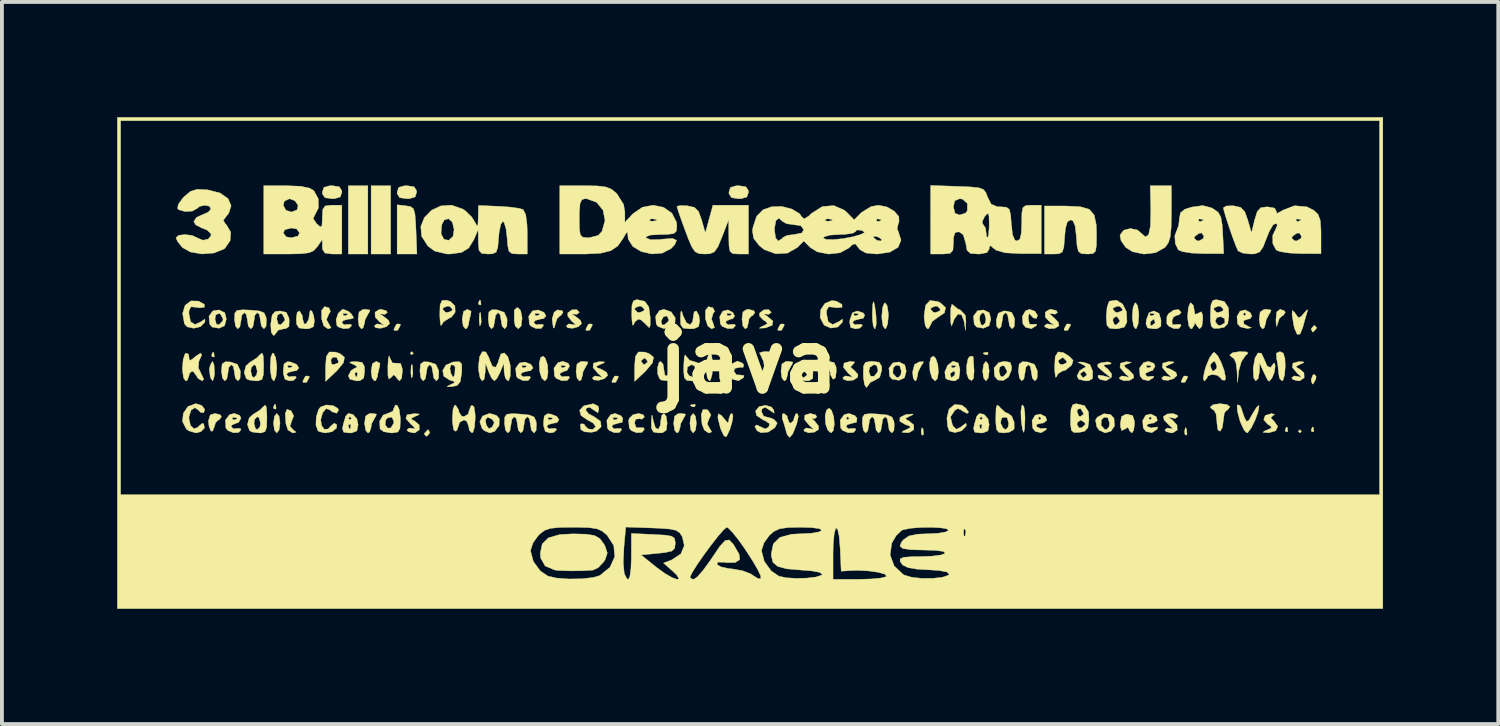
<source format=kicad_pcb>
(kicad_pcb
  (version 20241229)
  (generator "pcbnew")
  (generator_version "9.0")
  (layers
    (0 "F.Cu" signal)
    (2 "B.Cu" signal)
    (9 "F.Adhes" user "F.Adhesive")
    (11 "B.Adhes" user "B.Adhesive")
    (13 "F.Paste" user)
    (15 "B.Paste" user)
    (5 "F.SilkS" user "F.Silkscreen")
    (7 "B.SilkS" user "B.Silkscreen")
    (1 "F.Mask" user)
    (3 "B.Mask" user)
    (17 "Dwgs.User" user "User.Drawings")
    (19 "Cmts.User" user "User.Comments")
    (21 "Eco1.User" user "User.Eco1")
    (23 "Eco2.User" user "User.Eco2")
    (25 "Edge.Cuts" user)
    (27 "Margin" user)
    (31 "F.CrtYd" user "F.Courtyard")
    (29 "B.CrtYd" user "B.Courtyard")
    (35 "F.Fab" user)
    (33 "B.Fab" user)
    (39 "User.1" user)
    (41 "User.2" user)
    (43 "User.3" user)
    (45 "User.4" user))
  (footprint "java"
    (layer "F.Cu")
    (at 16.43 6.355)
    (property "Reference" "java" (at 0 0 0) (layer "F.SilkS") (effects (font (size 1.524 1.524) (thickness 0.3))))
    (attr through_hole)
    (fp_poly (pts (xy 9.44 0.434) (xy 9.421 0.429) (xy 9.428 0.424) (xy 9.44 0.434)) (stroke (width 0.01) (type solid)) (fill yes) (layer "F.SilkS"))
    (fp_poly (pts (xy -9.906 -2.794) (xy -10.414 -2.794) (xy -10.414 -4.572) (xy -9.906 -4.572) (xy -9.906 -2.794)) (stroke (width 0.01) (type solid)) (fill yes) (layer "F.SilkS"))
    (fp_poly (pts (xy -9.313 -2.794) (xy -9.821 -2.794) (xy -9.821 -4.572) (xy -9.313 -4.572) (xy -9.313 -2.794)) (stroke (width 0.01) (type solid)) (fill yes) (layer "F.SilkS"))
    (fp_poly (pts (xy -8.721 -0.212) (xy -8.763 -0.169) (xy -8.805 -0.212) (xy -8.763 -0.254) (xy -8.721 -0.212)) (stroke (width 0.01) (type solid)) (fill yes) (layer "F.SilkS"))
    (fp_poly (pts (xy -0.677 -0.212) (xy -0.72 -0.169) (xy -0.762 -0.212) (xy -0.72 -0.254) (xy -0.677 -0.212)) (stroke (width 0.01) (type solid)) (fill yes) (layer "F.SilkS"))
    (fp_poly (pts (xy 14.393 1.82) (xy 14.351 1.863) (xy 14.309 1.82) (xy 14.351 1.778) (xy 14.393 1.82)) (stroke (width 0.01) (type solid)) (fill yes) (layer "F.SilkS"))
    (fp_poly (pts (xy -13.914 -0.226) (xy -13.903 -0.125) (xy -13.914 -0.113) (xy -13.964 -0.125) (xy -13.97 -0.169) (xy -13.939 -0.239) (xy -13.914 -0.226)) (stroke (width 0.01) (type solid)) (fill yes) (layer "F.SilkS"))
    (fp_poly (pts (xy -12.305 1.129) (xy -12.295 1.229) (xy -12.305 1.242) (xy -12.355 1.23) (xy -12.361 1.185) (xy -12.33 1.116) (xy -12.305 1.129)) (stroke (width 0.01) (type solid)) (fill yes) (layer "F.SilkS"))
    (fp_poly (pts (xy -6.971 -1.58) (xy -6.961 -1.48) (xy -6.971 -1.468) (xy -7.021 -1.479) (xy -7.027 -1.524) (xy -6.996 -1.594) (xy -6.971 -1.58)) (stroke (width 0.01) (type solid)) (fill yes) (layer "F.SilkS"))
    (fp_poly (pts (xy -1.383 1.129) (xy -1.395 1.179) (xy -1.439 1.185) (xy -1.509 1.154) (xy -1.496 1.129) (xy -1.395 1.119) (xy -1.383 1.129)) (stroke (width 0.01) (type solid)) (fill yes) (layer "F.SilkS"))
    (fp_poly (pts (xy 4.545 1.762) (xy 4.555 1.894) (xy 4.538 1.924) (xy 4.5 1.899) (xy 4.494 1.813) (xy 4.515 1.723) (xy 4.545 1.762)) (stroke (width 0.01) (type solid)) (fill yes) (layer "F.SilkS"))
    (fp_poly (pts (xy 6.237 -0.226) (xy 6.225 -0.175) (xy 6.181 -0.169) (xy 6.111 -0.2) (xy 6.124 -0.226) (xy 6.225 -0.236) (xy 6.237 -0.226)) (stroke (width 0.01) (type solid)) (fill yes) (layer "F.SilkS"))
    (fp_poly (pts (xy 9.239 0.377) (xy 9.421 0.429) (xy 9.313 0.501) (xy 9.154 0.473) (xy 9.096 0.414) (xy 9.105 0.357) (xy 9.239 0.377)) (stroke (width 0.01) (type solid)) (fill yes) (layer "F.SilkS"))
    (fp_poly (pts (xy 11.403 1.762) (xy 11.413 1.894) (xy 11.396 1.924) (xy 11.358 1.899) (xy 11.352 1.813) (xy 11.373 1.723) (xy 11.403 1.762)) (stroke (width 0.01) (type solid)) (fill yes) (layer "F.SilkS"))
    (fp_poly (pts (xy 14.026 1.722) (xy 14.037 1.822) (xy 14.026 1.834) (xy 13.976 1.823) (xy 13.97 1.778) (xy 14.001 1.708) (xy 14.026 1.722)) (stroke (width 0.01) (type solid)) (fill yes) (layer "F.SilkS"))
    (fp_poly (pts (xy 14.704 1.722) (xy 14.714 1.822) (xy 14.704 1.834) (xy 14.653 1.823) (xy 14.647 1.778) (xy 14.678 1.708) (xy 14.704 1.722)) (stroke (width 0.01) (type solid)) (fill yes) (layer "F.SilkS"))
    (fp_poly (pts (xy -11.437 0.385) (xy -11.43 0.413) (xy -11.492 0.533) (xy -11.515 0.55) (xy -11.593 0.546) (xy -11.599 0.518) (xy -11.538 0.398) (xy -11.515 0.381) (xy -11.437 0.385)) (stroke (width 0.01) (type solid)) (fill yes) (layer "F.SilkS"))
    (fp_poly (pts (xy -9.066 -0.97) (xy -9.059 -0.941) (xy -9.121 -0.822) (xy -9.144 -0.804) (xy -9.222 -0.808) (xy -9.229 -0.837) (xy -9.167 -0.956) (xy -9.144 -0.974) (xy -9.066 -0.97)) (stroke (width 0.01) (type solid)) (fill yes) (layer "F.SilkS"))
    (fp_poly (pts (xy -8.747 0.106) (xy -8.734 0.321) (xy -8.747 0.402) (xy -8.772 0.429) (xy -8.785 0.311) (xy -8.786 0.254) (xy -8.777 0.1) (xy -8.755 0.082) (xy -8.747 0.106)) (stroke (width 0.01) (type solid)) (fill yes) (layer "F.SilkS"))
    (fp_poly (pts (xy -8.298 1.844) (xy -8.297 1.863) (xy -8.362 1.944) (xy -8.387 1.947) (xy -8.438 1.895) (xy -8.424 1.863) (xy -8.348 1.782) (xy -8.335 1.778) (xy -8.298 1.844)) (stroke (width 0.01) (type solid)) (fill yes) (layer "F.SilkS"))
    (fp_poly (pts (xy -6.969 -1.249) (xy -6.956 -1.034) (xy -6.969 -0.953) (xy -6.994 -0.926) (xy -7.007 -1.043) (xy -7.008 -1.101) (xy -6.999 -1.255) (xy -6.977 -1.273) (xy -6.969 -1.249)) (stroke (width 0.01) (type solid)) (fill yes) (layer "F.SilkS"))
    (fp_poly (pts (xy -4.071 -0.97) (xy -4.064 -0.941) (xy -4.126 -0.822) (xy -4.149 -0.804) (xy -4.227 -0.808) (xy -4.233 -0.837) (xy -4.172 -0.956) (xy -4.149 -0.974) (xy -4.071 -0.97)) (stroke (width 0.01) (type solid)) (fill yes) (layer "F.SilkS"))
    (fp_poly (pts (xy -3.393 0.385) (xy -3.387 0.413) (xy -3.448 0.533) (xy -3.471 0.55) (xy -3.549 0.546) (xy -3.556 0.518) (xy -3.494 0.398) (xy -3.471 0.381) (xy -3.393 0.385)) (stroke (width 0.01) (type solid)) (fill yes) (layer "F.SilkS"))
    (fp_poly (pts (xy 0.925 -0.97) (xy 0.931 -0.941) (xy 0.87 -0.822) (xy 0.847 -0.804) (xy 0.769 -0.808) (xy 0.762 -0.837) (xy 0.824 -0.956) (xy 0.847 -0.974) (xy 0.925 -0.97)) (stroke (width 0.01) (type solid)) (fill yes) (layer "F.SilkS"))
    (fp_poly (pts (xy 8.375 -0.97) (xy 8.382 -0.941) (xy 8.32 -0.822) (xy 8.297 -0.804) (xy 8.219 -0.808) (xy 8.213 -0.837) (xy 8.274 -0.956) (xy 8.297 -0.974) (xy 8.375 -0.97)) (stroke (width 0.01) (type solid)) (fill yes) (layer "F.SilkS"))
    (fp_poly (pts (xy 11.423 0.385) (xy 11.43 0.413) (xy 11.368 0.533) (xy 11.345 0.55) (xy 11.267 0.546) (xy 11.261 0.518) (xy 11.322 0.398) (xy 11.345 0.381) (xy 11.423 0.385)) (stroke (width 0.01) (type solid)) (fill yes) (layer "F.SilkS"))
    (fp_poly (pts (xy 14.776 0.401) (xy 14.763 0.466) (xy 14.703 0.577) (xy 14.681 0.593) (xy 14.651 0.524) (xy 14.647 0.466) (xy 14.692 0.353) (xy 14.729 0.339) (xy 14.776 0.401)) (stroke (width 0.01) (type solid)) (fill yes) (layer "F.SilkS"))
    (fp_poly (pts (xy 14.788 -0.879) (xy 14.774 -0.847) (xy 14.698 -0.766) (xy 14.685 -0.762) (xy 14.648 -0.828) (xy 14.647 -0.847) (xy 14.712 -0.928) (xy 14.737 -0.931) (xy 14.788 -0.879)) (stroke (width 0.01) (type solid)) (fill yes) (layer "F.SilkS"))
    (fp_poly (pts (xy -8.911 -4.048) (xy -8.791 -4.027) (xy -8.719 -3.97) (xy -8.681 -3.841) (xy -8.662 -3.602) (xy -8.653 -3.408) (xy -8.629 -2.794) (xy -9.144 -2.794) (xy -9.144 -4.075) (xy -8.911 -4.048)) (stroke (width 0.01) (type solid)) (fill yes) (layer "F.SilkS"))
    (fp_poly (pts (xy -13.921 0.055) (xy -13.908 0.106) (xy -13.896 0.322) (xy -13.908 0.402) (xy -13.943 0.506) (xy -13.986 0.453) (xy -14.008 0.402) (xy -14.032 0.2) (xy -14.008 0.106) (xy -13.954 0.002) (xy -13.921 0.055)) (stroke (width 0.01) (type solid)) (fill yes) (layer "F.SilkS"))
    (fp_poly (pts (xy -5.93 -1.323) (xy -5.893 -1.142) (xy -5.892 -1.122) (xy -5.916 -0.92) (xy -5.99 -0.847) (xy -6.07 -0.919) (xy -6.096 -1.058) (xy -6.096 -1.333) (xy -6.03 -1.394) (xy -5.998 -1.397) (xy -5.93 -1.323)) (stroke (width 0.01) (type solid)) (fill yes) (layer "F.SilkS"))
    (fp_poly (pts (xy -0.689 0.035) (xy -0.656 0.13) (xy -0.657 0.295) (xy -0.686 0.448) (xy -0.73 0.508) (xy -0.752 0.434) (xy -0.762 0.256) (xy -0.762 0.249) (xy -0.742 0.084) (xy -0.693 0.033) (xy -0.689 0.035)) (stroke (width 0.01) (type solid)) (fill yes) (layer "F.SilkS"))
    (fp_poly (pts (xy 2.161 1.274) (xy 2.219 1.441) (xy 2.234 1.64) (xy 2.207 1.803) (xy 2.148 1.863) (xy 2.064 1.79) (xy 2.007 1.63) (xy 1.994 1.421) (xy 2.03 1.271) (xy 2.096 1.218) (xy 2.161 1.274)) (stroke (width 0.01) (type solid)) (fill yes) (layer "F.SilkS"))
    (fp_poly (pts (xy 5.849 -0.111) (xy 5.872 0.242) (xy 5.859 0.442) (xy 5.805 0.501) (xy 5.729 0.452) (xy 5.681 0.318) (xy 5.677 0.118) (xy 5.713 -0.061) (xy 5.757 -0.127) (xy 5.84 -0.132) (xy 5.849 -0.111)) (stroke (width 0.01) (type solid)) (fill yes) (layer "F.SilkS"))
    (fp_poly (pts (xy -9.59 0.05) (xy -9.601 0.134) (xy -9.647 0.325) (xy -9.652 0.388) (xy -9.7 0.496) (xy -9.737 0.508) (xy -9.796 0.434) (xy -9.821 0.257) (xy -9.821 0.254) (xy -9.787 0.058) (xy -9.685 0) (xy -9.59 0.05)) (stroke (width 0.01) (type solid)) (fill yes) (layer "F.SilkS"))
    (fp_poly (pts (xy -7.219 -1.304) (xy -7.23 -1.221) (xy -7.277 -1.03) (xy -7.281 -0.967) (xy -7.329 -0.859) (xy -7.366 -0.847) (xy -7.425 -0.92) (xy -7.451 -1.098) (xy -7.451 -1.101) (xy -7.417 -1.297) (xy -7.315 -1.355) (xy -7.219 -1.304)) (stroke (width 0.01) (type solid)) (fill yes) (layer "F.SilkS"))
    (fp_poly (pts (xy -5.288 -0.079) (xy -5.231 0.088) (xy -5.217 0.286) (xy -5.244 0.449) (xy -5.303 0.508) (xy -5.382 0.434) (xy -5.436 0.257) (xy -5.436 0.256) (xy -5.445 0.036) (xy -5.407 -0.105) (xy -5.339 -0.133) (xy -5.288 -0.079)) (stroke (width 0.01) (type solid)) (fill yes) (layer "F.SilkS"))
    (fp_poly (pts (xy -4.849 -1.321) (xy -4.826 -1.276) (xy -4.883 -1.189) (xy -4.905 -1.185) (xy -4.98 -1.114) (xy -5.02 -0.995) (xy -5.055 -0.873) (xy -5.078 -0.868) (xy -5.111 -1.101) (xy -5.059 -1.278) (xy -4.972 -1.339) (xy -4.849 -1.321)) (stroke (width 0.01) (type solid)) (fill yes) (layer "F.SilkS"))
    (fp_poly (pts (xy -0.924 -1.392) (xy -0.879 -1.304) (xy -0.92 -1.247) (xy -0.961 -1.098) (xy -0.924 -1.003) (xy -0.885 -0.879) (xy -0.961 -0.847) (xy -1.059 -0.922) (xy -1.119 -1.104) (xy -1.119 -1.33) (xy -1.041 -1.424) (xy -0.924 -1.392)) (stroke (width 0.01) (type solid)) (fill yes) (layer "F.SilkS"))
    (fp_poly (pts (xy 3.284 -1.464) (xy 3.317 -1.207) (xy 3.321 -1.164) (xy 3.326 -0.961) (xy 3.297 -0.852) (xy 3.285 -0.847) (xy 3.247 -0.923) (xy 3.226 -1.116) (xy 3.224 -1.249) (xy 3.235 -1.487) (xy 3.256 -1.558) (xy 3.284 -1.464)) (stroke (width 0.01) (type solid)) (fill yes) (layer "F.SilkS"))
    (fp_poly (pts (xy 4.525 0.075) (xy 4.508 0.093) (xy 4.415 0.272) (xy 4.403 0.356) (xy 4.372 0.484) (xy 4.335 0.508) (xy 4.287 0.435) (xy 4.272 0.276) (xy 4.321 0.083) (xy 4.445 0.014) (xy 4.558 0.009) (xy 4.525 0.075)) (stroke (width 0.01) (type solid)) (fill yes) (layer "F.SilkS"))
    (fp_poly (pts (xy 4.872 -0.079) (xy 4.929 0.088) (xy 4.943 0.286) (xy 4.916 0.449) (xy 4.857 0.508) (xy 4.778 0.434) (xy 4.724 0.257) (xy 4.724 0.256) (xy 4.715 0.036) (xy 4.753 -0.105) (xy 4.821 -0.133) (xy 4.872 -0.079)) (stroke (width 0.01) (type solid)) (fill yes) (layer "F.SilkS"))
    (fp_poly (pts (xy 7.169 1.182) (xy 7.193 1.355) (xy 7.197 1.477) (xy 7.188 1.744) (xy 7.165 1.849) (xy 7.135 1.789) (xy 7.101 1.563) (xy 7.097 1.518) (xy 7.091 1.293) (xy 7.116 1.15) (xy 7.13 1.132) (xy 7.169 1.182)) (stroke (width 0.01) (type solid)) (fill yes) (layer "F.SilkS"))
    (fp_poly (pts (xy -13.748 1.39) (xy -13.716 1.439) (xy -13.776 1.522) (xy -13.795 1.524) (xy -13.869 1.596) (xy -13.901 1.701) (xy -13.946 1.815) (xy -13.991 1.814) (xy -14.041 1.686) (xy -14.055 1.552) (xy -14.009 1.394) (xy -13.885 1.355) (xy -13.748 1.39)) (stroke (width 0.01) (type solid)) (fill yes) (layer "F.SilkS"))
    (fp_poly (pts (xy -12.361 -0.212) (xy -12.307 -0.101) (xy -12.278 0.11) (xy -12.277 0.174) (xy -12.296 0.385) (xy -12.343 0.5) (xy -12.361 0.508) (xy -12.412 0.432) (xy -12.442 0.24) (xy -12.446 0.122) (xy -12.43 -0.113) (xy -12.386 -0.214) (xy -12.361 -0.212)) (stroke (width 0.01) (type solid)) (fill yes) (layer "F.SilkS"))
    (fp_poly (pts (xy -12.217 1.428) (xy -12.192 1.606) (xy -12.192 1.609) (xy -12.217 1.787) (xy -12.276 1.863) (xy -12.277 1.863) (xy -12.336 1.789) (xy -12.361 1.612) (xy -12.361 1.609) (xy -12.337 1.43) (xy -12.278 1.355) (xy -12.277 1.355) (xy -12.217 1.428)) (stroke (width 0.01) (type solid)) (fill yes) (layer "F.SilkS"))
    (fp_poly (pts (xy -10.918 -1.394) (xy -10.88 -1.299) (xy -10.928 -1.22) (xy -10.983 -1.085) (xy -10.922 -0.974) (xy -10.862 -0.873) (xy -10.935 -0.847) (xy -10.944 -0.847) (xy -11.052 -0.924) (xy -11.11 -1.104) (xy -11.109 -1.329) (xy -11.032 -1.425) (xy -10.918 -1.394)) (stroke (width 0.01) (type solid)) (fill yes) (layer "F.SilkS"))
    (fp_poly (pts (xy -10.651 -4.545) (xy -10.586 -4.446) (xy -10.583 -4.403) (xy -10.623 -4.279) (xy -10.772 -4.235) (xy -10.837 -4.233) (xy -11.023 -4.26) (xy -11.089 -4.359) (xy -11.091 -4.403) (xy -11.051 -4.527) (xy -10.903 -4.57) (xy -10.837 -4.572) (xy -10.651 -4.545)) (stroke (width 0.01) (type solid)) (fill yes) (layer "F.SilkS"))
    (fp_poly (pts (xy -8.704 -4.545) (xy -8.639 -4.446) (xy -8.636 -4.403) (xy -8.676 -4.279) (xy -8.824 -4.235) (xy -8.89 -4.233) (xy -9.076 -4.26) (xy -9.141 -4.359) (xy -9.144 -4.403) (xy -9.104 -4.527) (xy -8.956 -4.57) (xy -8.89 -4.572) (xy -8.704 -4.545)) (stroke (width 0.01) (type solid)) (fill yes) (layer "F.SilkS"))
    (fp_poly (pts (xy -1.38 1.428) (xy -1.355 1.606) (xy -1.355 1.609) (xy -1.379 1.787) (xy -1.438 1.863) (xy -1.439 1.863) (xy -1.499 1.789) (xy -1.524 1.612) (xy -1.524 1.609) (xy -1.499 1.43) (xy -1.44 1.355) (xy -1.439 1.355) (xy -1.38 1.428)) (stroke (width 0.01) (type solid)) (fill yes) (layer "F.SilkS"))
    (fp_poly (pts (xy -0.962 -0.172) (xy -0.934 0.013) (xy -0.931 0.122) (xy -0.948 0.351) (xy -0.99 0.489) (xy -1.016 0.508) (xy -1.069 0.433) (xy -1.099 0.246) (xy -1.101 0.174) (xy -1.081 -0.051) (xy -1.032 -0.196) (xy -1.016 -0.212) (xy -0.962 -0.172)) (stroke (width 0.01) (type solid)) (fill yes) (layer "F.SilkS"))
    (fp_poly (pts (xy -0.068 -4.545) (xy -0.003 -4.446) (xy 0 -4.403) (xy -0.04 -4.279) (xy -0.188 -4.235) (xy -0.254 -4.233) (xy -0.44 -4.26) (xy -0.505 -4.359) (xy -0.508 -4.403) (xy -0.468 -4.527) (xy -0.32 -4.57) (xy -0.254 -4.572) (xy -0.068 -4.545)) (stroke (width 0.01) (type solid)) (fill yes) (layer "F.SilkS"))
    (fp_poly (pts (xy 3.609 -1.449) (xy 3.639 -1.261) (xy 3.641 -1.185) (xy 3.622 -0.973) (xy 3.575 -0.855) (xy 3.556 -0.847) (xy 3.503 -0.922) (xy 3.473 -1.109) (xy 3.471 -1.185) (xy 3.49 -1.397) (xy 3.537 -1.515) (xy 3.556 -1.524) (xy 3.609 -1.449)) (stroke (width 0.01) (type solid)) (fill yes) (layer "F.SilkS"))
    (fp_poly (pts (xy 6.24 0.074) (xy 6.265 0.251) (xy 6.265 0.254) (xy 6.241 0.432) (xy 6.182 0.508) (xy 6.181 0.508) (xy 6.121 0.434) (xy 6.096 0.257) (xy 6.096 0.254) (xy 6.121 0.076) (xy 6.18 0.000019) (xy 6.181 0) (xy 6.24 0.074)) (stroke (width 0.01) (type solid)) (fill yes) (layer "F.SilkS"))
    (fp_poly (pts (xy 10.128 -1.449) (xy 10.158 -1.261) (xy 10.16 -1.185) (xy 10.141 -0.973) (xy 10.094 -0.855) (xy 10.075 -0.847) (xy 10.022 -0.922) (xy 9.993 -1.109) (xy 9.991 -1.185) (xy 10.009 -1.397) (xy 10.056 -1.515) (xy 10.075 -1.524) (xy 10.128 -1.449)) (stroke (width 0.01) (type solid)) (fill yes) (layer "F.SilkS"))
    (fp_poly (pts (xy 13.921 -0.213) (xy 13.963 -0.067) (xy 13.97 0.127) (xy 13.953 0.354) (xy 13.911 0.491) (xy 13.885 0.508) (xy 13.819 0.436) (xy 13.8 0.318) (xy 13.775 0.072) (xy 13.747 -0.064) (xy 13.739 -0.213) (xy 13.833 -0.254) (xy 13.921 -0.213)) (stroke (width 0.01) (type solid)) (fill yes) (layer "F.SilkS"))
    (fp_poly (pts (xy 13.956 -1.309) (xy 13.97 -1.27) (xy 13.91 -1.188) (xy 13.891 -1.185) (xy 13.816 -1.114) (xy 13.776 -0.995) (xy 13.75 -0.908) (xy 13.733 -0.982) (xy 13.728 -1.079) (xy 13.747 -1.286) (xy 13.836 -1.354) (xy 13.843 -1.355) (xy 13.956 -1.309)) (stroke (width 0.01) (type solid)) (fill yes) (layer "F.SilkS"))
    (fp_poly (pts (xy -11.908 1.286) (xy -11.901 1.292) (xy -11.836 1.419) (xy -11.886 1.546) (xy -11.933 1.688) (xy -11.853 1.779) (xy -11.773 1.844) (xy -11.846 1.861) (xy -11.865 1.861) (xy -11.986 1.785) (xy -12.039 1.622) (xy -12.056 1.361) (xy -12.011 1.247) (xy -11.908 1.286)) (stroke (width 0.01) (type solid)) (fill yes) (layer "F.SilkS"))
    (fp_poly (pts (xy -9.85 -1.336) (xy -9.876 -1.267) (xy -9.889 -1.253) (xy -9.979 -1.083) (xy -9.991 -0.999) (xy -10.03 -0.871) (xy -10.075 -0.847) (xy -10.135 -0.92) (xy -10.16 -1.098) (xy -10.16 -1.101) (xy -10.135 -1.284) (xy -10.038 -1.35) (xy -9.974 -1.355) (xy -9.85 -1.336)) (stroke (width 0.01) (type solid)) (fill yes) (layer "F.SilkS"))
    (fp_poly (pts (xy -9.681 1.373) (xy -9.706 1.442) (xy -9.72 1.456) (xy -9.809 1.626) (xy -9.821 1.71) (xy -9.86 1.838) (xy -9.906 1.863) (xy -9.965 1.789) (xy -9.991 1.612) (xy -9.991 1.609) (xy -9.966 1.425) (xy -9.869 1.359) (xy -9.804 1.355) (xy -9.681 1.373)) (stroke (width 0.01) (type solid)) (fill yes) (layer "F.SilkS"))
    (fp_poly (pts (xy -4.177 0.018) (xy -4.203 0.088) (xy -4.216 0.102) (xy -4.306 0.271) (xy -4.318 0.356) (xy -4.357 0.484) (xy -4.403 0.508) (xy -4.462 0.434) (xy -4.487 0.257) (xy -4.487 0.254) (xy -4.463 0.07) (xy -4.365 0.004) (xy -4.301 0) (xy -4.177 0.018)) (stroke (width 0.01) (type solid)) (fill yes) (layer "F.SilkS"))
    (fp_poly (pts (xy -1.637 1.373) (xy -1.663 1.442) (xy -1.676 1.456) (xy -1.766 1.626) (xy -1.778 1.71) (xy -1.817 1.838) (xy -1.863 1.863) (xy -1.922 1.789) (xy -1.947 1.612) (xy -1.947 1.609) (xy -1.923 1.425) (xy -1.825 1.359) (xy -1.761 1.355) (xy -1.637 1.373)) (stroke (width 0.01) (type solid)) (fill yes) (layer "F.SilkS"))
    (fp_poly (pts (xy -1.079 1.256) (xy -1.047 1.279) (xy -0.975 1.395) (xy -1.025 1.493) (xy -1.075 1.629) (xy -1.016 1.736) (xy -0.956 1.836) (xy -1.029 1.863) (xy -1.038 1.863) (xy -1.147 1.789) (xy -1.209 1.635) (xy -1.23 1.386) (xy -1.183 1.253) (xy -1.079 1.256)) (stroke (width 0.01) (type solid)) (fill yes) (layer "F.SilkS"))
    (fp_poly (pts (xy 1.157 0.018) (xy 1.131 0.088) (xy 1.118 0.102) (xy 1.028 0.271) (xy 1.016 0.356) (xy 0.977 0.484) (xy 0.931 0.508) (xy 0.872 0.434) (xy 0.847 0.257) (xy 0.847 0.254) (xy 0.871 0.07) (xy 0.969 0.004) (xy 1.033 0) (xy 1.157 0.018)) (stroke (width 0.01) (type solid)) (fill yes) (layer "F.SilkS"))
    (fp_poly (pts (xy 13.603 -1.336) (xy 13.577 -1.267) (xy 13.564 -1.253) (xy 13.474 -1.083) (xy 13.462 -0.999) (xy 13.423 -0.871) (xy 13.377 -0.847) (xy 13.318 -0.92) (xy 13.293 -1.098) (xy 13.293 -1.101) (xy 13.317 -1.284) (xy 13.415 -1.35) (xy 13.479 -1.355) (xy 13.603 -1.336)) (stroke (width 0.01) (type solid)) (fill yes) (layer "F.SilkS"))
    (fp_poly (pts (xy 0.138 -1.319) (xy 0.169 -1.27) (xy 0.105 -1.188) (xy 0.085 -1.185) (xy 0.016 -1.114) (xy 0 -1.016) (xy -0.035 -0.878) (xy -0.085 -0.847) (xy -0.144 -0.92) (xy -0.169 -1.098) (xy -0.169 -1.101) (xy -0.143 -1.287) (xy -0.044 -1.352) (xy 0 -1.355) (xy 0.138 -1.319)) (stroke (width 0.01) (type solid)) (fill yes) (layer "F.SilkS"))
    (fp_poly (pts (xy 9.095 0.144) (xy 9.089 0.078) (xy 9.163 0.04) (xy 9.344 0.013) (xy 9.416 0.028) (xy 9.442 0.064) (xy 9.361 0.078) (xy 9.247 0.091) (xy 9.275 0.141) (xy 9.352 0.199) (xy 9.451 0.324) (xy 9.448 0.41) (xy 9.428 0.424) (xy 9.229 0.265) (xy 9.095 0.144)) (stroke (width 0.01) (type solid)) (fill yes) (layer "F.SilkS"))
    (fp_poly (pts (xy 9.999 1.412) (xy 10.045 1.553) (xy 10.047 1.619) (xy 10.026 1.793) (xy 9.977 1.863) (xy 9.909 1.797) (xy 9.906 1.768) (xy 9.872 1.716) (xy 9.793 1.766) (xy 9.713 1.801) (xy 9.682 1.701) (xy 9.68 1.618) (xy 9.708 1.439) (xy 9.815 1.378) (xy 9.864 1.376) (xy 9.999 1.412)) (stroke (width 0.01) (type solid)) (fill yes) (layer "F.SilkS"))
    (fp_poly (pts (xy -0.158 0.046) (xy -0.123 0.09) (xy -0.138 0.154) (xy -0.224 0.154) (xy -0.356 0.184) (xy -0.381 0.254) (xy -0.316 0.35) (xy -0.224 0.354) (xy -0.118 0.367) (xy -0.123 0.418) (xy -0.255 0.503) (xy -0.407 0.469) (xy -0.477 0.381) (xy -0.492 0.197) (xy -0.414 0.055) (xy -0.288 -0.007) (xy -0.158 0.046)) (stroke (width 0.01) (type solid)) (fill yes) (layer "F.SilkS"))
    (fp_poly (pts (xy 5.314 -1.475) (xy 5.443 -1.369) (xy 5.524 -1.33) (xy 5.643 -1.202) (xy 5.66 -1.04) (xy 5.647 -0.804) (xy 5.612 -1.042) (xy 5.547 -1.213) (xy 5.451 -1.23) (xy 5.354 -1.098) (xy 5.324 -1.01) (xy 5.288 -0.923) (xy 5.268 -0.984) (xy 5.259 -1.185) (xy 5.267 -1.39) (xy 5.294 -1.484) (xy 5.314 -1.475)) (stroke (width 0.01) (type solid)) (fill yes) (layer "F.SilkS"))
    (fp_poly (pts (xy 12.973 -0.245) (xy 12.999 -0.208) (xy 12.933 -0.148) (xy 12.829 0.005) (xy 12.763 0.234) (xy 12.761 0.254) (xy 12.727 0.55) (xy 12.714 0.233) (xy 12.685 0.029) (xy 12.631 -0.08) (xy 12.615 -0.085) (xy 12.533 -0.149) (xy 12.531 -0.169) (xy 12.605 -0.227) (xy 12.784 -0.254) (xy 12.801 -0.254) (xy 12.973 -0.245)) (stroke (width 0.01) (type solid)) (fill yes) (layer "F.SilkS"))
    (fp_poly (pts (xy 14.551 -1.321) (xy 14.527 -1.241) (xy 14.466 -1.031) (xy 14.426 -0.881) (xy 14.356 -0.71) (xy 14.28 -0.704) (xy 14.211 -0.862) (xy 14.192 -0.942) (xy 14.148 -1.214) (xy 14.155 -1.325) (xy 14.214 -1.275) (xy 14.234 -1.243) (xy 14.31 -1.137) (xy 14.383 -1.165) (xy 14.45 -1.243) (xy 14.542 -1.348) (xy 14.551 -1.321)) (stroke (width 0.01) (type solid)) (fill yes) (layer "F.SilkS"))
    (fp_poly (pts (xy -9.338 -0.102) (xy -9.268 0.041) (xy -9.159 0.047) (xy -9.055 0.053) (xy -9.012 0.183) (xy -9.008 0.255) (xy -9.027 0.444) (xy -9.086 0.508) (xy -9.162 0.427) (xy -9.173 0.402) (xy -9.231 0.348) (xy -9.306 0.423) (xy -9.358 0.46) (xy -9.383 0.364) (xy -9.385 0.127) (xy -9.373 -0.073) (xy -9.354 -0.144) (xy -9.338 -0.102)) (stroke (width 0.01) (type solid)) (fill yes) (layer "F.SilkS"))
    (fp_poly (pts (xy -1.289 -1.196) (xy -1.27 -1.053) (xy -1.298 -0.905) (xy -1.417 -0.851) (xy -1.524 -0.847) (xy -1.698 -0.864) (xy -1.764 -0.952) (xy -1.77 -1.122) (xy -1.76 -1.293) (xy -1.74 -1.307) (xy -1.704 -1.192) (xy -1.618 -1.008) (xy -1.522 -0.953) (xy -1.452 -1.032) (xy -1.439 -1.141) (xy -1.413 -1.289) (xy -1.355 -1.312) (xy -1.289 -1.196)) (stroke (width 0.01) (type solid)) (fill yes) (layer "F.SilkS"))
    (fp_poly (pts (xy -0.403 1.422) (xy -0.428 1.583) (xy -0.485 1.774) (xy -0.56 1.933) (xy -0.584 1.966) (xy -0.64 1.934) (xy -0.713 1.781) (xy -0.736 1.712) (xy -0.797 1.468) (xy -0.785 1.364) (xy -0.704 1.408) (xy -0.637 1.488) (xy -0.545 1.596) (xy -0.514 1.568) (xy -0.511 1.503) (xy -0.47 1.377) (xy -0.428 1.355) (xy -0.403 1.422)) (stroke (width 0.01) (type solid)) (fill yes) (layer "F.SilkS"))
    (fp_poly (pts (xy -2.738 1.389) (xy -2.709 1.448) (xy -2.771 1.505) (xy -2.836 1.493) (xy -2.941 1.507) (xy -2.963 1.609) (xy -2.921 1.728) (xy -2.836 1.724) (xy -2.728 1.728) (xy -2.709 1.769) (xy -2.772 1.848) (xy -2.911 1.857) (xy -3.048 1.803) (xy -3.102 1.736) (xy -3.118 1.544) (xy -3.102 1.482) (xy -3.006 1.389) (xy -2.859 1.356) (xy -2.738 1.389)) (stroke (width 0.01) (type solid)) (fill yes) (layer "F.SilkS"))
    (fp_poly (pts (xy -2.142 1.428) (xy -2.117 1.606) (xy -2.117 1.609) (xy -2.139 1.79) (xy -2.236 1.857) (xy -2.328 1.863) (xy -2.474 1.84) (xy -2.526 1.738) (xy -2.527 1.587) (xy -2.517 1.414) (xy -2.504 1.403) (xy -2.479 1.545) (xy -2.421 1.728) (xy -2.347 1.769) (xy -2.293 1.664) (xy -2.286 1.566) (xy -2.257 1.407) (xy -2.201 1.355) (xy -2.142 1.428)) (stroke (width 0.01) (type solid)) (fill yes) (layer "F.SilkS"))
    (fp_poly (pts (xy -1.885 0.072) (xy -1.878 0.233) (xy -1.958 0.411) (xy -2.11 0.505) (xy -2.272 0.485) (xy -2.311 0.455) (xy -2.362 0.331) (xy -2.366 0.162) (xy -2.329 0.03) (xy -2.286 0) (xy -2.223 0.073) (xy -2.201 0.217) (xy -2.174 0.361) (xy -2.117 0.381) (xy -2.046 0.262) (xy -2.032 0.164) (xy -1.993 0.03) (xy -1.942 0) (xy -1.885 0.072)) (stroke (width 0.01) (type solid)) (fill yes) (layer "F.SilkS"))
    (fp_poly (pts (xy 2.228 0.029) (xy 2.281 0.148) (xy 2.286 0.259) (xy 2.263 0.431) (xy 2.201 0.465) (xy 2.199 0.464) (xy 2.132 0.345) (xy 2.135 0.311) (xy 2.101 0.2) (xy 2.074 0.186) (xy 1.993 0.235) (xy 1.944 0.354) (xy 1.891 0.47) (xy 1.842 0.458) (xy 1.807 0.27) (xy 1.889 0.094) (xy 2.051 0.002) (xy 2.084 0) (xy 2.228 0.029)) (stroke (width 0.01) (type solid)) (fill yes) (layer "F.SilkS"))
    (fp_poly (pts (xy 6.851 -1.275) (xy 6.92 -1.131) (xy 6.927 -1.079) (xy 6.919 -0.912) (xy 6.864 -0.847) (xy 6.796 -0.919) (xy 6.773 -1.058) (xy 6.744 -1.217) (xy 6.689 -1.27) (xy 6.625 -1.198) (xy 6.604 -1.058) (xy 6.573 -0.899) (xy 6.514 -0.847) (xy 6.457 -0.919) (xy 6.45 -1.079) (xy 6.504 -1.254) (xy 6.642 -1.311) (xy 6.689 -1.312) (xy 6.851 -1.275)) (stroke (width 0.01) (type solid)) (fill yes) (layer "F.SilkS"))
    (fp_poly (pts (xy 7.455 -1.304) (xy 7.523 -1.197) (xy 7.497 -1.119) (xy 7.414 -1.13) (xy 7.363 -1.188) (xy 7.304 -1.248) (xy 7.284 -1.157) (xy 7.283 -1.113) (xy 7.312 -0.969) (xy 7.413 -0.964) (xy 7.5 -0.97) (xy 7.492 -0.93) (xy 7.364 -0.851) (xy 7.213 -0.886) (xy 7.143 -0.974) (xy 7.127 -1.167) (xy 7.21 -1.315) (xy 7.316 -1.355) (xy 7.455 -1.304)) (stroke (width 0.01) (type solid)) (fill yes) (layer "F.SilkS"))
    (fp_poly (pts (xy 11.261 -1.275) (xy 11.261 -1.27) (xy 11.197 -1.205) (xy 11.16 -1.206) (xy 11.062 -1.155) (xy 11.024 -1.067) (xy 11.029 -0.952) (xy 11.125 -0.959) (xy 11.239 -0.965) (xy 11.261 -0.929) (xy 11.2 -0.855) (xy 11.067 -0.855) (xy 10.935 -0.919) (xy 10.887 -0.984) (xy 10.89 -1.163) (xy 10.931 -1.238) (xy 11.064 -1.333) (xy 11.197 -1.348) (xy 11.261 -1.275)) (stroke (width 0.01) (type solid)) (fill yes) (layer "F.SilkS"))
    (fp_poly (pts (xy 13.615 1.361) (xy 13.696 1.382) (xy 13.648 1.412) (xy 13.593 1.471) (xy 13.682 1.562) (xy 13.775 1.693) (xy 13.723 1.806) (xy 13.551 1.857) (xy 13.521 1.857) (xy 13.393 1.847) (xy 13.428 1.815) (xy 13.501 1.786) (xy 13.617 1.729) (xy 13.578 1.673) (xy 13.51 1.634) (xy 13.411 1.518) (xy 13.45 1.408) (xy 13.605 1.361) (xy 13.615 1.361)) (stroke (width 0.01) (type solid)) (fill yes) (layer "F.SilkS"))
    (fp_poly (pts (xy -13.483 0.016) (xy -13.302 0.076) (xy -13.229 0.236) (xy -13.224 0.275) (xy -13.232 0.443) (xy -13.287 0.508) (xy -13.355 0.436) (xy -13.377 0.296) (xy -13.406 0.137) (xy -13.462 0.085) (xy -13.526 0.157) (xy -13.547 0.296) (xy -13.576 0.455) (xy -13.631 0.508) (xy -13.69 0.434) (xy -13.716 0.256) (xy -13.716 0.248) (xy -13.699 0.069) (xy -13.615 0.01) (xy -13.483 0.016)) (stroke (width 0.01) (type solid)) (fill yes) (layer "F.SilkS"))
    (fp_poly (pts (xy -11.363 -1.31) (xy -11.317 -1.192) (xy -11.298 -1.054) (xy -11.318 -0.904) (xy -11.433 -0.851) (xy -11.528 -0.847) (xy -11.698 -0.869) (xy -11.761 -0.97) (xy -11.769 -1.106) (xy -11.746 -1.275) (xy -11.687 -1.314) (xy -11.684 -1.312) (xy -11.614 -1.193) (xy -11.599 -1.091) (xy -11.566 -0.977) (xy -11.515 -0.974) (xy -11.446 -1.092) (xy -11.43 -1.204) (xy -11.409 -1.323) (xy -11.363 -1.31)) (stroke (width 0.01) (type solid)) (fill yes) (layer "F.SilkS"))
    (fp_poly (pts (xy -8.319 0.016) (xy -8.137 0.076) (xy -8.064 0.236) (xy -8.059 0.275) (xy -8.067 0.443) (xy -8.122 0.508) (xy -8.19 0.436) (xy -8.213 0.296) (xy -8.242 0.137) (xy -8.297 0.085) (xy -8.361 0.157) (xy -8.382 0.296) (xy -8.411 0.455) (xy -8.467 0.508) (xy -8.526 0.434) (xy -8.551 0.256) (xy -8.551 0.248) (xy -8.534 0.069) (xy -8.45 0.01) (xy -8.319 0.016)) (stroke (width 0.01) (type solid)) (fill yes) (layer "F.SilkS"))
    (fp_poly (pts (xy -6.54 -1.339) (xy -6.359 -1.278) (xy -6.286 -1.118) (xy -6.281 -1.079) (xy -6.289 -0.912) (xy -6.344 -0.847) (xy -6.412 -0.919) (xy -6.435 -1.058) (xy -6.464 -1.217) (xy -6.519 -1.27) (xy -6.583 -1.198) (xy -6.604 -1.058) (xy -6.633 -0.899) (xy -6.689 -0.847) (xy -6.748 -0.92) (xy -6.773 -1.098) (xy -6.773 -1.106) (xy -6.756 -1.286) (xy -6.672 -1.345) (xy -6.54 -1.339)) (stroke (width 0.01) (type solid)) (fill yes) (layer "F.SilkS"))
    (fp_poly (pts (xy 1.299 1.425) (xy 1.26 1.611) (xy 1.254 1.63) (xy 1.153 1.886) (xy 1.073 1.979) (xy 1.009 1.911) (xy 0.985 1.834) (xy 0.923 1.616) (xy 0.88 1.49) (xy 0.88 1.376) (xy 0.922 1.355) (xy 1.005 1.423) (xy 1.016 1.482) (xy 1.062 1.594) (xy 1.101 1.609) (xy 1.176 1.54) (xy 1.185 1.482) (xy 1.229 1.369) (xy 1.266 1.355) (xy 1.299 1.425)) (stroke (width 0.01) (type solid)) (fill yes) (layer "F.SilkS"))
    (fp_poly (pts (xy 7.26 0.016) (xy 7.442 0.076) (xy 7.514 0.236) (xy 7.52 0.275) (xy 7.511 0.443) (xy 7.456 0.508) (xy 7.388 0.436) (xy 7.366 0.296) (xy 7.337 0.137) (xy 7.281 0.085) (xy 7.218 0.157) (xy 7.197 0.296) (xy 7.168 0.455) (xy 7.112 0.508) (xy 7.053 0.434) (xy 7.027 0.256) (xy 7.027 0.248) (xy 7.045 0.069) (xy 7.129 0.01) (xy 7.26 0.016)) (stroke (width 0.01) (type solid)) (fill yes) (layer "F.SilkS"))
    (fp_poly (pts (xy -13.629 -1.266) (xy -13.589 -1.101) (xy -13.636 -0.926) (xy -13.78 -0.862) (xy -13.958 -0.893) (xy -14.022 -0.968) (xy -14.034 -1.101) (xy -13.885 -1.101) (xy -13.846 -0.966) (xy -13.78 -0.953) (xy -13.681 -1.056) (xy -13.674 -1.101) (xy -13.74 -1.228) (xy -13.78 -1.249) (xy -13.864 -1.21) (xy -13.885 -1.101) (xy -14.034 -1.101) (xy -14.041 -1.177) (xy -13.939 -1.314) (xy -13.78 -1.339) (xy -13.629 -1.266)) (stroke (width 0.01) (type solid)) (fill yes) (layer "F.SilkS"))
    (fp_poly (pts (xy -10.749 -0.242) (xy -10.633 -0.203) (xy -10.514 -0.108) (xy -10.541 0.037) (xy -10.714 0.246) (xy -10.753 0.283) (xy -11.007 0.522) (xy -11.007 0.134) (xy -10.993 -0.042) (xy -10.868 -0.042) (xy -10.855 0.067) (xy -10.792 0.085) (xy -10.681 0.041) (xy -10.668 0.005) (xy -10.72 -0.108) (xy -10.819 -0.107) (xy -10.868 -0.042) (xy -10.993 -0.042) (xy -10.986 -0.127) (xy -10.909 -0.245) (xy -10.749 -0.242)) (stroke (width 0.01) (type solid)) (fill yes) (layer "F.SilkS"))
    (fp_poly (pts (xy -2.014 -1.289) (xy -1.907 -1.134) (xy -1.913 -0.984) (xy -2.028 -0.876) (xy -2.205 -0.852) (xy -2.359 -0.913) (xy -2.401 -0.974) (xy -2.407 -1.053) (xy -2.273 -1.053) (xy -2.252 -0.949) (xy -2.188 -0.95) (xy -2.084 -1.043) (xy -2.074 -1.087) (xy -2.12 -1.182) (xy -2.21 -1.164) (xy -2.273 -1.053) (xy -2.407 -1.053) (xy -2.416 -1.175) (xy -2.319 -1.32) (xy -2.203 -1.355) (xy -2.014 -1.289)) (stroke (width 0.01) (type solid)) (fill yes) (layer "F.SilkS"))
    (fp_poly (pts (xy 0.677 -0.231) (xy 0.761 -0.175) (xy 0.762 -0.169) (xy 0.698 -0.087) (xy 0.677 -0.085) (xy 0.621 -0.01) (xy 0.593 0.173) (xy 0.593 0.212) (xy 0.571 0.408) (xy 0.519 0.505) (xy 0.508 0.508) (xy 0.451 0.434) (xy 0.424 0.253) (xy 0.423 0.229) (xy 0.394 0.004) (xy 0.324 -0.15) (xy 0.322 -0.152) (xy 0.287 -0.223) (xy 0.387 -0.251) (xy 0.491 -0.254) (xy 0.677 -0.231)) (stroke (width 0.01) (type solid)) (fill yes) (layer "F.SilkS"))
    (fp_poly (pts (xy 1.746 1.392) (xy 1.778 1.444) (xy 1.721 1.495) (xy 1.672 1.48) (xy 1.645 1.482) (xy 1.723 1.554) (xy 1.823 1.685) (xy 1.824 1.772) (xy 1.715 1.843) (xy 1.565 1.859) (xy 1.454 1.818) (xy 1.439 1.781) (xy 1.504 1.733) (xy 1.587 1.745) (xy 1.689 1.771) (xy 1.658 1.729) (xy 1.587 1.67) (xy 1.458 1.515) (xy 1.468 1.399) (xy 1.609 1.355) (xy 1.746 1.392)) (stroke (width 0.01) (type solid)) (fill yes) (layer "F.SilkS"))
    (fp_poly (pts (xy 4.067 0.088) (xy 4.106 0.254) (xy 4.06 0.428) (xy 3.915 0.493) (xy 3.737 0.462) (xy 3.674 0.387) (xy 3.667 0.309) (xy 3.757 0.309) (xy 3.85 0.413) (xy 3.9 0.423) (xy 3.964 0.352) (xy 3.979 0.254) (xy 3.935 0.11) (xy 3.835 0.099) (xy 3.768 0.169) (xy 3.757 0.309) (xy 3.667 0.309) (xy 3.655 0.177) (xy 3.756 0.041) (xy 3.915 0.015) (xy 4.067 0.088)) (stroke (width 0.01) (type solid)) (fill yes) (layer "F.SilkS"))
    (fp_poly (pts (xy 4.261 1.398) (xy 4.197 1.426) (xy 4.087 1.485) (xy 4.131 1.53) (xy 4.176 1.549) (xy 4.303 1.655) (xy 4.302 1.778) (xy 4.182 1.853) (xy 4.128 1.857) (xy 3.995 1.847) (xy 4.026 1.813) (xy 4.106 1.777) (xy 4.221 1.718) (xy 4.184 1.678) (xy 4.082 1.645) (xy 3.938 1.559) (xy 3.944 1.46) (xy 4.088 1.387) (xy 4.155 1.377) (xy 4.287 1.37) (xy 4.261 1.398)) (stroke (width 0.01) (type solid)) (fill yes) (layer "F.SilkS"))
    (fp_poly (pts (xy 6.268 -1.266) (xy 6.308 -1.101) (xy 6.261 -0.926) (xy 6.117 -0.862) (xy 5.938 -0.893) (xy 5.875 -0.968) (xy 5.863 -1.101) (xy 6.011 -1.101) (xy 6.047 -0.963) (xy 6.096 -0.931) (xy 6.165 -1.002) (xy 6.181 -1.101) (xy 6.145 -1.238) (xy 6.096 -1.27) (xy 6.027 -1.199) (xy 6.011 -1.101) (xy 5.863 -1.101) (xy 5.856 -1.177) (xy 5.957 -1.314) (xy 6.117 -1.339) (xy 6.268 -1.266)) (stroke (width 0.01) (type solid)) (fill yes) (layer "F.SilkS"))
    (fp_poly (pts (xy 12.455 1.125) (xy 12.531 1.184) (xy 12.531 1.185) (xy 12.466 1.268) (xy 12.446 1.27) (xy 12.386 1.343) (xy 12.361 1.519) (xy 12.335 1.715) (xy 12.277 1.82) (xy 12.219 1.785) (xy 12.193 1.612) (xy 12.192 1.571) (xy 12.171 1.373) (xy 12.119 1.273) (xy 12.107 1.27) (xy 12.025 1.206) (xy 12.023 1.185) (xy 12.096 1.126) (xy 12.274 1.101) (xy 12.277 1.101) (xy 12.455 1.125)) (stroke (width 0.01) (type solid)) (fill yes) (layer "F.SilkS"))
    (fp_poly (pts (xy -14.313 -1.568) (xy -14.162 -1.484) (xy -14.159 -1.41) (xy -14.291 -1.393) (xy -14.351 -1.405) (xy -14.507 -1.421) (xy -14.559 -1.33) (xy -14.563 -1.242) (xy -14.519 -1.031) (xy -14.404 -0.959) (xy -14.249 -1.03) (xy -14.149 -1.099) (xy -14.144 -1.047) (xy -14.153 -1.016) (xy -14.262 -0.903) (xy -14.44 -0.862) (xy -14.608 -0.898) (xy -14.679 -0.976) (xy -14.727 -1.246) (xy -14.663 -1.458) (xy -14.511 -1.574) (xy -14.313 -1.568)) (stroke (width 0.01) (type solid)) (fill yes) (layer "F.SilkS"))
    (fp_poly (pts (xy -8.685 1.361) (xy -8.563 1.371) (xy -8.604 1.403) (xy -8.672 1.43) (xy -8.782 1.486) (xy -8.737 1.531) (xy -8.693 1.549) (xy -8.571 1.653) (xy -8.567 1.779) (xy -8.674 1.858) (xy -8.721 1.863) (xy -8.858 1.828) (xy -8.89 1.781) (xy -8.825 1.734) (xy -8.742 1.746) (xy -8.672 1.752) (xy -8.74 1.675) (xy -8.788 1.634) (xy -8.916 1.486) (xy -8.885 1.391) (xy -8.698 1.36) (xy -8.685 1.361)) (stroke (width 0.01) (type solid)) (fill yes) (layer "F.SilkS"))
    (fp_poly (pts (xy -6.557 1.408) (xy -6.485 1.492) (xy -6.491 1.671) (xy -6.604 1.819) (xy -6.731 1.863) (xy -6.873 1.804) (xy -6.934 1.746) (xy -6.993 1.573) (xy -6.969 1.523) (xy -6.847 1.523) (xy -6.823 1.662) (xy -6.754 1.755) (xy -6.669 1.707) (xy -6.615 1.592) (xy -6.67 1.508) (xy -6.789 1.45) (xy -6.847 1.523) (xy -6.969 1.523) (xy -6.919 1.422) (xy -6.74 1.355) (xy -6.731 1.355) (xy -6.557 1.408)) (stroke (width 0.01) (type solid)) (fill yes) (layer "F.SilkS"))
    (fp_poly (pts (xy -4.223 4.498) (xy -4.004 4.534) (xy -3.865 4.615) (xy -3.761 4.758) (xy -3.732 4.811) (xy -3.674 4.989) (xy -3.73 5.159) (xy -3.764 5.213) (xy -3.91 5.368) (xy -4.045 5.433) (xy -4.33 5.45) (xy -4.647 5.453) (xy -4.921 5.444) (xy -5.04 5.431) (xy -5.291 5.326) (xy -5.407 5.122) (xy -5.419 4.998) (xy -5.368 4.752) (xy -5.205 4.592) (xy -4.913 4.508) (xy -4.565 4.489) (xy -4.223 4.498)) (stroke (width 0.01) (type solid)) (fill yes) (layer "F.SilkS"))
    (fp_poly (pts (xy -3.873 0.006) (xy -3.742 0.016) (xy -3.774 0.046) (xy -3.852 0.078) (xy -3.966 0.132) (xy -3.929 0.171) (xy -3.827 0.206) (xy -3.69 0.288) (xy -3.664 0.367) (xy -3.751 0.45) (xy -3.897 0.493) (xy -4.025 0.483) (xy -4.064 0.432) (xy -3.999 0.38) (xy -3.916 0.391) (xy -3.815 0.417) (xy -3.846 0.374) (xy -3.916 0.315) (xy -4.046 0.159) (xy -4.033 0.047) (xy -3.879 0.006) (xy -3.873 0.006)) (stroke (width 0.01) (type solid)) (fill yes) (layer "F.SilkS"))
    (fp_poly (pts (xy -2.705 -0.242) (xy -2.589 -0.203) (xy -2.471 -0.108) (xy -2.497 0.037) (xy -2.671 0.246) (xy -2.709 0.283) (xy -2.963 0.522) (xy -2.963 0.134) (xy -2.953 0) (xy -2.794 0) (xy -2.73 0.082) (xy -2.709 0.085) (xy -2.627 0.02) (xy -2.625 0) (xy -2.689 -0.082) (xy -2.709 -0.085) (xy -2.792 -0.02) (xy -2.794 0) (xy -2.953 0) (xy -2.943 -0.127) (xy -2.865 -0.245) (xy -2.705 -0.242)) (stroke (width 0.01) (type solid)) (fill yes) (layer "F.SilkS"))
    (fp_poly (pts (xy 0.592 -1.278) (xy 0.593 -1.273) (xy 0.527 -1.223) (xy 0.445 -1.233) (xy 0.396 -1.233) (xy 0.489 -1.174) (xy 0.489 -1.174) (xy 0.635 -1.05) (xy 0.619 -0.94) (xy 0.449 -0.873) (xy 0.417 -0.869) (xy 0.284 -0.862) (xy 0.309 -0.889) (xy 0.377 -0.919) (xy 0.493 -0.979) (xy 0.455 -1.036) (xy 0.387 -1.076) (xy 0.286 -1.183) (xy 0.289 -1.259) (xy 0.398 -1.339) (xy 0.527 -1.347) (xy 0.592 -1.278)) (stroke (width 0.01) (type solid)) (fill yes) (layer "F.SilkS"))
    (fp_poly (pts (xy 2.646 0.001) (xy 2.766 0.017) (xy 2.73 0.07) (xy 2.72 0.076) (xy 2.656 0.149) (xy 2.741 0.226) (xy 2.753 0.233) (xy 2.849 0.34) (xy 2.843 0.412) (xy 2.733 0.486) (xy 2.583 0.505) (xy 2.471 0.466) (xy 2.455 0.426) (xy 2.52 0.379) (xy 2.603 0.391) (xy 2.705 0.417) (xy 2.674 0.374) (xy 2.603 0.315) (xy 2.473 0.159) (xy 2.488 0.045) (xy 2.644 0.001) (xy 2.646 0.001)) (stroke (width 0.01) (type solid)) (fill yes) (layer "F.SilkS"))
    (fp_poly (pts (xy 6.809 0.026) (xy 6.849 0.138) (xy 6.842 0.233) (xy 6.768 0.407) (xy 6.631 0.497) (xy 6.487 0.485) (xy 6.406 0.385) (xy 6.397 0.254) (xy 6.519 0.254) (xy 6.558 0.388) (xy 6.625 0.402) (xy 6.723 0.298) (xy 6.731 0.254) (xy 6.664 0.127) (xy 6.625 0.106) (xy 6.54 0.145) (xy 6.519 0.254) (xy 6.397 0.254) (xy 6.391 0.171) (xy 6.513 0.032) (xy 6.661 0) (xy 6.809 0.026)) (stroke (width 0.01) (type solid)) (fill yes) (layer "F.SilkS"))
    (fp_poly (pts (xy 9.424 1.385) (xy 9.513 1.482) (xy 9.528 1.681) (xy 9.435 1.816) (xy 9.285 1.862) (xy 9.13 1.792) (xy 9.066 1.706) (xy 9.058 1.664) (xy 9.176 1.664) (xy 9.269 1.768) (xy 9.318 1.778) (xy 9.383 1.707) (xy 9.398 1.609) (xy 9.353 1.465) (xy 9.254 1.453) (xy 9.186 1.524) (xy 9.176 1.664) (xy 9.058 1.664) (xy 9.032 1.529) (xy 9.08 1.452) (xy 9.252 1.363) (xy 9.424 1.385)) (stroke (width 0.01) (type solid)) (fill yes) (layer "F.SilkS"))
    (fp_poly (pts (xy 9.842 0.01) (xy 9.962 0.023) (xy 9.919 0.048) (xy 9.877 0.06) (xy 9.776 0.098) (xy 9.807 0.157) (xy 9.9 0.225) (xy 10.016 0.345) (xy 10.029 0.429) (xy 9.923 0.493) (xy 9.773 0.503) (xy 9.665 0.46) (xy 9.652 0.426) (xy 9.717 0.379) (xy 9.8 0.391) (xy 9.901 0.417) (xy 9.87 0.374) (xy 9.8 0.315) (xy 9.67 0.16) (xy 9.682 0.048) (xy 9.833 0.009) (xy 9.842 0.01)) (stroke (width 0.01) (type solid)) (fill yes) (layer "F.SilkS"))
    (fp_poly (pts (xy 10.943 0.006) (xy 11.074 0.016) (xy 11.043 0.046) (xy 10.964 0.078) (xy 10.851 0.132) (xy 10.887 0.171) (xy 10.99 0.206) (xy 11.127 0.288) (xy 11.153 0.367) (xy 11.066 0.45) (xy 10.92 0.493) (xy 10.791 0.483) (xy 10.753 0.432) (xy 10.818 0.38) (xy 10.901 0.391) (xy 11.002 0.417) (xy 10.971 0.374) (xy 10.901 0.315) (xy 10.77 0.159) (xy 10.784 0.047) (xy 10.937 0.006) (xy 10.943 0.006)) (stroke (width 0.01) (type solid)) (fill yes) (layer "F.SilkS"))
    (fp_poly (pts (xy 12.792 1.149) (xy 12.825 1.216) (xy 12.908 1.465) (xy 12.965 1.567) (xy 13.024 1.534) (xy 13.114 1.378) (xy 13.126 1.355) (xy 13.225 1.196) (xy 13.283 1.149) (xy 13.289 1.167) (xy 13.26 1.328) (xy 13.183 1.536) (xy 13.086 1.731) (xy 12.998 1.85) (xy 12.972 1.863) (xy 12.901 1.79) (xy 12.815 1.608) (xy 12.785 1.524) (xy 12.727 1.302) (xy 12.717 1.154) (xy 12.727 1.13) (xy 12.792 1.149)) (stroke (width 0.01) (type solid)) (fill yes) (layer "F.SilkS"))
    (fp_poly (pts (xy 14.33 0.006) (xy 14.458 0.016) (xy 14.426 0.048) (xy 14.357 0.076) (xy 14.247 0.132) (xy 14.292 0.176) (xy 14.336 0.194) (xy 14.458 0.298) (xy 14.463 0.424) (xy 14.355 0.503) (xy 14.309 0.508) (xy 14.171 0.474) (xy 14.139 0.426) (xy 14.204 0.379) (xy 14.287 0.391) (xy 14.389 0.417) (xy 14.358 0.374) (xy 14.287 0.315) (xy 14.157 0.159) (xy 14.171 0.047) (xy 14.324 0.006) (xy 14.33 0.006)) (stroke (width 0.01) (type solid)) (fill yes) (layer "F.SilkS"))
    (fp_poly (pts (xy -9.43 -1.32) (xy -9.398 -1.273) (xy -9.464 -1.223) (xy -9.546 -1.233) (xy -9.594 -1.233) (xy -9.502 -1.174) (xy -9.501 -1.174) (xy -9.367 -1.067) (xy -9.339 -0.981) (xy -9.426 -0.901) (xy -9.572 -0.861) (xy -9.7 -0.874) (xy -9.737 -0.923) (xy -9.672 -0.975) (xy -9.588 -0.965) (xy -9.486 -0.937) (xy -9.527 -0.974) (xy -9.588 -1.014) (xy -9.715 -1.15) (xy -9.719 -1.281) (xy -9.604 -1.352) (xy -9.567 -1.355) (xy -9.43 -1.32)) (stroke (width 0.01) (type solid)) (fill yes) (layer "F.SilkS"))
    (fp_poly (pts (xy -4.403 -1.275) (xy -4.403 -1.273) (xy -4.468 -1.223) (xy -4.551 -1.233) (xy -4.599 -1.233) (xy -4.507 -1.174) (xy -4.506 -1.174) (xy -4.372 -1.067) (xy -4.343 -0.981) (xy -4.43 -0.901) (xy -4.577 -0.861) (xy -4.704 -0.874) (xy -4.741 -0.923) (xy -4.676 -0.975) (xy -4.593 -0.964) (xy -4.498 -0.942) (xy -4.534 -0.989) (xy -4.602 -1.046) (xy -4.702 -1.177) (xy -4.702 -1.264) (xy -4.595 -1.341) (xy -4.467 -1.345) (xy -4.403 -1.275)) (stroke (width 0.01) (type solid)) (fill yes) (layer "F.SilkS"))
    (fp_poly (pts (xy 2.282 -1.568) (xy 2.433 -1.484) (xy 2.436 -1.41) (xy 2.303 -1.393) (xy 2.244 -1.405) (xy 2.088 -1.421) (xy 2.036 -1.33) (xy 2.032 -1.242) (xy 2.075 -1.031) (xy 2.191 -0.959) (xy 2.346 -1.03) (xy 2.445 -1.099) (xy 2.451 -1.047) (xy 2.441 -1.016) (xy 2.327 -0.896) (xy 2.144 -0.866) (xy 1.973 -0.94) (xy 1.968 -0.945) (xy 1.865 -1.138) (xy 1.88 -1.342) (xy 1.989 -1.507) (xy 2.165 -1.582) (xy 2.282 -1.568)) (stroke (width 0.01) (type solid)) (fill yes) (layer "F.SilkS"))
    (fp_poly (pts (xy 8.012 -1.32) (xy 8.043 -1.273) (xy 7.979 -1.227) (xy 7.895 -1.241) (xy 7.831 -1.246) (xy 7.913 -1.167) (xy 7.939 -1.148) (xy 8.062 -1.02) (xy 8.082 -0.926) (xy 7.976 -0.861) (xy 7.826 -0.851) (xy 7.718 -0.895) (xy 7.705 -0.929) (xy 7.77 -0.976) (xy 7.853 -0.965) (xy 7.955 -0.937) (xy 7.914 -0.974) (xy 7.853 -1.014) (xy 7.727 -1.15) (xy 7.723 -1.281) (xy 7.838 -1.352) (xy 7.874 -1.355) (xy 8.012 -1.32)) (stroke (width 0.01) (type solid)) (fill yes) (layer "F.SilkS"))
    (fp_poly (pts (xy 11.163 1.403) (xy 11.176 1.437) (xy 11.111 1.484) (xy 11.028 1.473) (xy 10.925 1.445) (xy 10.966 1.482) (xy 11.028 1.522) (xy 11.154 1.658) (xy 11.158 1.789) (xy 11.043 1.86) (xy 11.007 1.863) (xy 10.869 1.828) (xy 10.837 1.781) (xy 10.902 1.735) (xy 10.986 1.749) (xy 11.05 1.754) (xy 10.967 1.675) (xy 10.942 1.656) (xy 10.819 1.528) (xy 10.799 1.434) (xy 10.905 1.369) (xy 11.055 1.359) (xy 11.163 1.403)) (stroke (width 0.01) (type solid)) (fill yes) (layer "F.SilkS"))
    (fp_poly (pts (xy 11.582 -1.453) (xy 11.599 -1.344) (xy 11.621 -1.223) (xy 11.701 -1.249) (xy 11.712 -1.258) (xy 11.792 -1.292) (xy 11.822 -1.194) (xy 11.825 -1.099) (xy 11.8 -0.909) (xy 11.739 -0.847) (xy 11.663 -0.935) (xy 11.655 -0.953) (xy 11.617 -1.015) (xy 11.606 -0.953) (xy 11.546 -0.854) (xy 11.515 -0.847) (xy 11.462 -0.922) (xy 11.432 -1.109) (xy 11.43 -1.185) (xy 11.449 -1.397) (xy 11.496 -1.515) (xy 11.515 -1.524) (xy 11.582 -1.453)) (stroke (width 0.01) (type solid)) (fill yes) (layer "F.SilkS"))
    (fp_poly (pts (xy 13.057 -1.272) (xy 13.104 -1.175) (xy 13.049 -1.106) (xy 13.003 -1.101) (xy 12.884 -1.059) (xy 12.895 -0.973) (xy 13.018 -0.905) (xy 13.091 -0.874) (xy 13.003 -0.858) (xy 12.973 -0.856) (xy 12.801 -0.898) (xy 12.731 -0.974) (xy 12.714 -1.165) (xy 12.749 -1.228) (xy 12.869 -1.228) (xy 12.912 -1.185) (xy 12.954 -1.228) (xy 12.912 -1.27) (xy 12.869 -1.228) (xy 12.749 -1.228) (xy 12.794 -1.306) (xy 12.926 -1.34) (xy 13.057 -1.272)) (stroke (width 0.01) (type solid)) (fill yes) (layer "F.SilkS"))
    (fp_poly (pts (xy 7.734 1.441) (xy 7.764 1.538) (xy 7.674 1.604) (xy 7.622 1.609) (xy 7.498 1.641) (xy 7.497 1.699) (xy 7.612 1.754) (xy 7.675 1.742) (xy 7.755 1.741) (xy 7.746 1.779) (xy 7.618 1.859) (xy 7.467 1.823) (xy 7.397 1.736) (xy 7.38 1.544) (xy 7.415 1.482) (xy 7.535 1.482) (xy 7.578 1.524) (xy 7.62 1.482) (xy 7.578 1.439) (xy 7.535 1.482) (xy 7.415 1.482) (xy 7.46 1.403) (xy 7.592 1.37) (xy 7.734 1.441)) (stroke (width 0.01) (type solid)) (fill yes) (layer "F.SilkS"))
    (fp_poly (pts (xy 10.613 1.441) (xy 10.643 1.538) (xy 10.552 1.604) (xy 10.501 1.609) (xy 10.378 1.639) (xy 10.369 1.69) (xy 10.479 1.733) (xy 10.558 1.718) (xy 10.651 1.707) (xy 10.635 1.764) (xy 10.5 1.856) (xy 10.348 1.826) (xy 10.275 1.736) (xy 10.259 1.544) (xy 10.294 1.482) (xy 10.414 1.482) (xy 10.456 1.524) (xy 10.499 1.482) (xy 10.456 1.439) (xy 10.414 1.482) (xy 10.294 1.482) (xy 10.338 1.403) (xy 10.47 1.37) (xy 10.613 1.441)) (stroke (width 0.01) (type solid)) (fill yes) (layer "F.SilkS"))
    (fp_poly (pts (xy 11.007 -4.572) (xy 11.007 -3.852) (xy 11.001 -3.483) (xy 10.977 -3.241) (xy 10.928 -3.084) (xy 10.845 -2.971) (xy 10.837 -2.963) (xy 10.595 -2.828) (xy 10.289 -2.792) (xy 9.992 -2.855) (xy 9.816 -2.969) (xy 9.697 -3.141) (xy 9.669 -3.286) (xy 9.764 -3.412) (xy 9.941 -3.458) (xy 10.125 -3.418) (xy 10.213 -3.344) (xy 10.333 -3.238) (xy 10.415 -3.298) (xy 10.462 -3.522) (xy 10.471 -3.911) (xy 10.471 -3.938) (xy 10.456 -4.572) (xy 11.007 -4.572)) (stroke (width 0.01) (type solid)) (fill yes) (layer "F.SilkS"))
    (fp_poly (pts (xy 13.349 -0.212) (xy 13.424 -0.055) (xy 13.426 -0.048) (xy 13.502 0.129) (xy 13.592 0.158) (xy 13.66 0.064) (xy 13.695 0.044) (xy 13.708 0.127) (xy 13.685 0.288) (xy 13.624 0.437) (xy 13.556 0.515) (xy 13.526 0.506) (xy 13.472 0.406) (xy 13.4 0.254) (xy 13.304 0.042) (xy 13.298 0.275) (xy 13.266 0.444) (xy 13.203 0.508) (xy 13.15 0.432) (xy 13.136 0.23) (xy 13.14 0.155) (xy 13.185 -0.091) (xy 13.262 -0.219) (xy 13.349 -0.212)) (stroke (width 0.01) (type solid)) (fill yes) (layer "F.SilkS"))
    (fp_poly (pts (xy -7.754 -1.557) (xy -7.64 -1.442) (xy -7.633 -1.28) (xy -7.73 -1.15) (xy -7.785 -1.126) (xy -7.939 -1.028) (xy -7.987 -0.944) (xy -8.009 -0.936) (xy -8.027 -1.067) (xy -8.034 -1.206) (xy -8.03 -1.355) (xy -7.959 -1.355) (xy -7.89 -1.28) (xy -7.832 -1.27) (xy -7.719 -1.316) (xy -7.705 -1.355) (xy -7.773 -1.43) (xy -7.832 -1.439) (xy -7.944 -1.394) (xy -7.959 -1.355) (xy -8.03 -1.355) (xy -8.027 -1.465) (xy -7.976 -1.584) (xy -7.858 -1.592) (xy -7.754 -1.557)) (stroke (width 0.01) (type solid)) (fill yes) (layer "F.SilkS"))
    (fp_poly (pts (xy 2.772 1.413) (xy 2.825 1.482) (xy 2.811 1.586) (xy 2.707 1.609) (xy 2.571 1.648) (xy 2.54 1.702) (xy 2.602 1.759) (xy 2.667 1.747) (xy 2.776 1.746) (xy 2.794 1.781) (xy 2.731 1.852) (xy 2.593 1.856) (xy 2.455 1.801) (xy 2.401 1.736) (xy 2.387 1.531) (xy 2.423 1.482) (xy 2.54 1.482) (xy 2.582 1.524) (xy 2.625 1.482) (xy 2.582 1.439) (xy 2.54 1.482) (xy 2.423 1.482) (xy 2.491 1.388) (xy 2.613 1.355) (xy 2.772 1.413)) (stroke (width 0.01) (type solid)) (fill yes) (layer "F.SilkS"))
    (fp_poly (pts (xy -14.229 1.147) (xy -14.152 1.25) (xy -14.178 1.337) (xy -14.261 1.327) (xy -14.304 1.278) (xy -14.407 1.205) (xy -14.506 1.268) (xy -14.56 1.434) (xy -14.563 1.482) (xy -14.523 1.667) (xy -14.431 1.755) (xy -14.325 1.715) (xy -14.304 1.685) (xy -14.215 1.614) (xy -14.178 1.627) (xy -14.158 1.733) (xy -14.253 1.83) (xy -14.381 1.863) (xy -14.568 1.807) (xy -14.63 1.761) (xy -14.73 1.565) (xy -14.708 1.35) (xy -14.587 1.175) (xy -14.389 1.101) (xy -14.381 1.101) (xy -14.229 1.147)) (stroke (width 0.01) (type solid)) (fill yes) (layer "F.SilkS"))
    (fp_poly (pts (xy -10.812 1.152) (xy -10.687 1.223) (xy -10.668 1.276) (xy -10.72 1.35) (xy -10.841 1.309) (xy -10.897 1.261) (xy -10.993 1.228) (xy -11.083 1.339) (xy -11.133 1.518) (xy -11.109 1.675) (xy -11.036 1.77) (xy -10.937 1.759) (xy -10.88 1.693) (xy -10.782 1.611) (xy -10.714 1.646) (xy -10.722 1.736) (xy -10.834 1.83) (xy -11.018 1.864) (xy -11.181 1.825) (xy -11.204 1.806) (xy -11.258 1.656) (xy -11.248 1.44) (xy -11.185 1.247) (xy -11.138 1.189) (xy -10.988 1.135) (xy -10.812 1.152)) (stroke (width 0.01) (type solid)) (fill yes) (layer "F.SilkS"))
    (fp_poly (pts (xy -10.058 0.025) (xy -9.997 0.127) (xy -9.991 0.254) (xy -10.013 0.436) (xy -10.11 0.502) (xy -10.202 0.508) (xy -10.374 0.463) (xy -10.414 0.378) (xy -10.394 0.339) (xy -10.245 0.339) (xy -10.214 0.408) (xy -10.188 0.395) (xy -10.178 0.295) (xy -10.188 0.282) (xy -10.239 0.294) (xy -10.245 0.339) (xy -10.394 0.339) (xy -10.345 0.241) (xy -10.272 0.194) (xy -10.181 0.145) (xy -10.242 0.097) (xy -10.293 0.076) (xy -10.383 0.03) (xy -10.324 0.01) (xy -10.223 0.006) (xy -10.058 0.025)) (stroke (width 0.01) (type solid)) (fill yes) (layer "F.SilkS"))
    (fp_poly (pts (xy 4.921 -1.56) (xy 4.994 -1.525) (xy 5.13 -1.398) (xy 5.101 -1.263) (xy 4.926 -1.144) (xy 4.783 -1.04) (xy 4.741 -0.954) (xy 4.688 -0.854) (xy 4.657 -0.847) (xy 4.604 -0.922) (xy 4.574 -1.11) (xy 4.572 -1.188) (xy 4.595 -1.355) (xy 4.741 -1.355) (xy 4.81 -1.28) (xy 4.868 -1.27) (xy 4.981 -1.316) (xy 4.995 -1.355) (xy 4.927 -1.43) (xy 4.868 -1.439) (xy 4.756 -1.394) (xy 4.741 -1.355) (xy 4.595 -1.355) (xy 4.61 -1.461) (xy 4.725 -1.584) (xy 4.921 -1.56)) (stroke (width 0.01) (type solid)) (fill yes) (layer "F.SilkS"))
    (fp_poly (pts (xy 8.202 -0.224) (xy 8.341 -0.136) (xy 8.449 -0.027) (xy 8.418 0.081) (xy 8.39 0.118) (xy 8.248 0.23) (xy 8.166 0.254) (xy 8.054 0.324) (xy 8.017 0.402) (xy 7.993 0.415) (xy 7.975 0.288) (xy 7.968 0.148) (xy 7.977 -0.006) (xy 8.06 -0.006) (xy 8.1 0.071) (xy 8.17 0.085) (xy 8.276 0.042) (xy 8.281 -0.006) (xy 8.194 -0.094) (xy 8.17 -0.097) (xy 8.071 -0.031) (xy 8.06 -0.006) (xy 7.977 -0.006) (xy 7.984 -0.126) (xy 8.058 -0.247) (xy 8.202 -0.224)) (stroke (width 0.01) (type solid)) (fill yes) (layer "F.SilkS"))
    (fp_poly (pts (xy 10.551 0.052) (xy 10.583 0.127) (xy 10.516 0.239) (xy 10.456 0.254) (xy 10.344 0.304) (xy 10.329 0.348) (xy 10.391 0.403) (xy 10.461 0.391) (xy 10.548 0.385) (xy 10.54 0.424) (xy 10.412 0.504) (xy 10.261 0.469) (xy 10.191 0.381) (xy 10.177 0.174) (xy 10.224 0.113) (xy 10.358 0.113) (xy 10.369 0.163) (xy 10.414 0.169) (xy 10.484 0.138) (xy 10.47 0.113) (xy 10.37 0.103) (xy 10.358 0.113) (xy 10.224 0.113) (xy 10.285 0.032) (xy 10.411 0) (xy 10.551 0.052)) (stroke (width 0.01) (type solid)) (fill yes) (layer "F.SilkS"))
    (fp_poly (pts (xy -13.24 1.407) (xy -13.208 1.482) (xy -13.276 1.594) (xy -13.335 1.609) (xy -13.448 1.659) (xy -13.462 1.702) (xy -13.4 1.759) (xy -13.335 1.747) (xy -13.226 1.746) (xy -13.208 1.781) (xy -13.271 1.852) (xy -13.409 1.856) (xy -13.547 1.801) (xy -13.601 1.736) (xy -13.614 1.529) (xy -13.567 1.468) (xy -13.434 1.468) (xy -13.422 1.518) (xy -13.377 1.524) (xy -13.308 1.493) (xy -13.321 1.468) (xy -13.421 1.457) (xy -13.434 1.468) (xy -13.567 1.468) (xy -13.506 1.387) (xy -13.38 1.355) (xy -13.24 1.407)) (stroke (width 0.01) (type solid)) (fill yes) (layer "F.SilkS"))
    (fp_poly (pts (xy -12.63 -0.153) (xy -12.619 0.051) (xy -12.618 0.106) (xy -12.625 0.35) (xy -12.663 0.468) (xy -12.754 0.506) (xy -12.813 0.508) (xy -12.991 0.486) (xy -13.067 0.452) (xy -13.125 0.294) (xy -13.115 0.254) (xy -12.954 0.254) (xy -12.919 0.392) (xy -12.869 0.423) (xy -12.801 0.352) (xy -12.785 0.254) (xy -12.82 0.116) (xy -12.869 0.085) (xy -12.938 0.156) (xy -12.954 0.254) (xy -13.115 0.254) (xy -13.079 0.117) (xy -12.975 0.024) (xy -12.795 -0.091) (xy -12.724 -0.164) (xy -12.662 -0.217) (xy -12.63 -0.153)) (stroke (width 0.01) (type solid)) (fill yes) (layer "F.SilkS"))
    (fp_poly (pts (xy -12.545 1.202) (xy -12.534 1.406) (xy -12.533 1.46) (xy -12.54 1.704) (xy -12.578 1.823) (xy -12.669 1.86) (xy -12.728 1.863) (xy -12.906 1.841) (xy -12.982 1.806) (xy -13.04 1.648) (xy -13.03 1.609) (xy -12.869 1.609) (xy -12.834 1.746) (xy -12.785 1.778) (xy -12.716 1.707) (xy -12.7 1.609) (xy -12.735 1.471) (xy -12.785 1.439) (xy -12.853 1.51) (xy -12.869 1.609) (xy -13.03 1.609) (xy -12.994 1.471) (xy -12.89 1.378) (xy -12.71 1.264) (xy -12.639 1.191) (xy -12.577 1.138) (xy -12.545 1.202)) (stroke (width 0.01) (type solid)) (fill yes) (layer "F.SilkS"))
    (fp_poly (pts (xy -5.662 0.079) (xy -5.608 0.171) (xy -5.67 0.242) (xy -5.75 0.254) (xy -5.892 0.292) (xy -5.927 0.348) (xy -5.865 0.404) (xy -5.8 0.393) (xy -5.691 0.391) (xy -5.673 0.426) (xy -5.734 0.499) (xy -5.869 0.5) (xy -5.999 0.439) (xy -6.042 0.381) (xy -6.058 0.18) (xy -6.011 0.113) (xy -5.898 0.113) (xy -5.887 0.163) (xy -5.842 0.169) (xy -5.772 0.138) (xy -5.786 0.113) (xy -5.886 0.103) (xy -5.898 0.113) (xy -6.011 0.113) (xy -5.961 0.043) (xy -5.817 0.017) (xy -5.662 0.079)) (stroke (width 0.01) (type solid)) (fill yes) (layer "F.SilkS"))
    (fp_poly (pts (xy -5.323 -1.276) (xy -5.269 -1.183) (xy -5.331 -1.112) (xy -5.412 -1.101) (xy -5.553 -1.063) (xy -5.588 -1.007) (xy -5.526 -0.95) (xy -5.461 -0.962) (xy -5.352 -0.964) (xy -5.334 -0.929) (xy -5.396 -0.856) (xy -5.53 -0.855) (xy -5.66 -0.915) (xy -5.703 -0.974) (xy -5.719 -1.175) (xy -5.672 -1.242) (xy -5.56 -1.242) (xy -5.548 -1.191) (xy -5.503 -1.185) (xy -5.434 -1.216) (xy -5.447 -1.242) (xy -5.547 -1.252) (xy -5.56 -1.242) (xy -5.672 -1.242) (xy -5.622 -1.312) (xy -5.478 -1.338) (xy -5.323 -1.276)) (stroke (width 0.01) (type solid)) (fill yes) (layer "F.SilkS"))
    (fp_poly (pts (xy -4.689 0.052) (xy -4.657 0.127) (xy -4.724 0.239) (xy -4.784 0.254) (xy -4.896 0.304) (xy -4.911 0.348) (xy -4.849 0.404) (xy -4.784 0.393) (xy -4.675 0.391) (xy -4.657 0.426) (xy -4.72 0.498) (xy -4.858 0.502) (xy -4.995 0.447) (xy -5.049 0.381) (xy -5.063 0.174) (xy -5.016 0.113) (xy -4.882 0.113) (xy -4.871 0.163) (xy -4.826 0.169) (xy -4.756 0.138) (xy -4.77 0.113) (xy -4.87 0.103) (xy -4.882 0.113) (xy -5.016 0.113) (xy -4.955 0.032) (xy -4.829 0) (xy -4.689 0.052)) (stroke (width 0.01) (type solid)) (fill yes) (layer "F.SilkS"))
    (fp_poly (pts (xy -3.318 1.417) (xy -3.271 1.482) (xy -3.285 1.586) (xy -3.389 1.609) (xy -3.525 1.648) (xy -3.556 1.702) (xy -3.494 1.759) (xy -3.429 1.747) (xy -3.32 1.746) (xy -3.302 1.781) (xy -3.364 1.853) (xy -3.498 1.855) (xy -3.628 1.794) (xy -3.671 1.736) (xy -3.686 1.534) (xy -3.641 1.468) (xy -3.528 1.468) (xy -3.516 1.518) (xy -3.471 1.524) (xy -3.402 1.493) (xy -3.415 1.468) (xy -3.515 1.457) (xy -3.528 1.468) (xy -3.641 1.468) (xy -3.588 1.389) (xy -3.471 1.355) (xy -3.318 1.417)) (stroke (width 0.01) (type solid)) (fill yes) (layer "F.SilkS"))
    (fp_poly (pts (xy -1.635 -0.148) (xy -1.53 -0.025) (xy -1.433 0) (xy -1.313 0.043) (xy -1.271 0.199) (xy -1.27 0.254) (xy -1.293 0.436) (xy -1.39 0.502) (xy -1.482 0.508) (xy -1.609 0.494) (xy -1.67 0.423) (xy -1.683 0.281) (xy -1.602 0.281) (xy -1.552 0.367) (xy -1.431 0.421) (xy -1.361 0.326) (xy -1.355 0.254) (xy -1.408 0.116) (xy -1.482 0.085) (xy -1.588 0.148) (xy -1.602 0.281) (xy -1.683 0.281) (xy -1.686 0.25) (xy -1.684 0.106) (xy -1.671 -0.095) (xy -1.65 -0.174) (xy -1.635 -0.148)) (stroke (width 0.01) (type solid)) (fill yes) (layer "F.SilkS"))
    (fp_poly (pts (xy -0.405 -1.272) (xy -0.358 -1.175) (xy -0.413 -1.106) (xy -0.459 -1.101) (xy -0.576 -1.052) (xy -0.593 -1.007) (xy -0.531 -0.95) (xy -0.466 -0.962) (xy -0.357 -0.964) (xy -0.339 -0.929) (xy -0.402 -0.857) (xy -0.54 -0.853) (xy -0.677 -0.908) (xy -0.731 -0.974) (xy -0.748 -1.165) (xy -0.705 -1.242) (xy -0.564 -1.242) (xy -0.553 -1.191) (xy -0.508 -1.185) (xy -0.438 -1.216) (xy -0.452 -1.242) (xy -0.552 -1.252) (xy -0.564 -1.242) (xy -0.705 -1.242) (xy -0.668 -1.306) (xy -0.536 -1.34) (xy -0.405 -1.272)) (stroke (width 0.01) (type solid)) (fill yes) (layer "F.SilkS"))
    (fp_poly (pts (xy 2.981 -1.264) (xy 3.027 -1.206) (xy 2.988 -1.121) (xy 2.886 -1.101) (xy 2.744 -1.063) (xy 2.709 -1.007) (xy 2.771 -0.95) (xy 2.836 -0.962) (xy 2.945 -0.964) (xy 2.963 -0.929) (xy 2.892 -0.863) (xy 2.788 -0.847) (xy 2.663 -0.88) (xy 2.634 -1.011) (xy 2.64 -1.079) (xy 2.697 -1.242) (xy 2.738 -1.242) (xy 2.749 -1.191) (xy 2.794 -1.185) (xy 2.864 -1.216) (xy 2.85 -1.242) (xy 2.75 -1.252) (xy 2.738 -1.242) (xy 2.697 -1.242) (xy 2.704 -1.263) (xy 2.829 -1.312) (xy 2.981 -1.264)) (stroke (width 0.01) (type solid)) (fill yes) (layer "F.SilkS"))
    (fp_poly (pts (xy 5.546 1.138) (xy 5.658 1.219) (xy 5.731 1.325) (xy 5.696 1.355) (xy 5.564 1.292) (xy 5.543 1.266) (xy 5.448 1.228) (xy 5.369 1.276) (xy 5.258 1.446) (xy 5.307 1.651) (xy 5.329 1.688) (xy 5.407 1.766) (xy 5.512 1.72) (xy 5.553 1.688) (xy 5.659 1.611) (xy 5.672 1.65) (xy 5.659 1.693) (xy 5.55 1.805) (xy 5.376 1.853) (xy 5.229 1.814) (xy 5.225 1.81) (xy 5.183 1.691) (xy 5.165 1.484) (xy 5.165 1.473) (xy 5.221 1.243) (xy 5.362 1.124) (xy 5.546 1.138)) (stroke (width 0.01) (type solid)) (fill yes) (layer "F.SilkS"))
    (fp_poly (pts (xy -14.228 -0.168) (xy -14.301 -0.01) (xy -14.303 -0.007) (xy -14.318 0.169) (xy -14.249 0.311) (xy -14.177 0.463) (xy -14.217 0.508) (xy -14.329 0.44) (xy -14.363 0.381) (xy -14.446 0.269) (xy -14.487 0.254) (xy -14.554 0.323) (xy -14.563 0.381) (xy -14.608 0.494) (xy -14.647 0.508) (xy -14.701 0.433) (xy -14.73 0.246) (xy -14.732 0.174) (xy -14.712 -0.051) (xy -14.663 -0.196) (xy -14.647 -0.212) (xy -14.577 -0.19) (xy -14.563 -0.119) (xy -14.551 -0.025) (xy -14.487 -0.047) (xy -14.393 -0.127) (xy -14.263 -0.213) (xy -14.228 -0.168)) (stroke (width 0.01) (type solid)) (fill yes) (layer "F.SilkS"))
    (fp_poly (pts (xy -12.029 -1.275) (xy -11.961 -1.131) (xy -11.954 -1.079) (xy -11.959 -0.908) (xy -12.051 -0.849) (xy -12.102 -0.847) (xy -12.242 -0.812) (xy -12.277 -0.762) (xy -12.342 -0.681) (xy -12.366 -0.677) (xy -12.42 -0.753) (xy -12.433 -0.947) (xy -12.43 -0.995) (xy -12.413 -1.101) (xy -12.277 -1.101) (xy -12.238 -0.966) (xy -12.171 -0.953) (xy -12.073 -1.056) (xy -12.065 -1.101) (xy -12.132 -1.228) (xy -12.171 -1.249) (xy -12.256 -1.21) (xy -12.277 -1.101) (xy -12.413 -1.101) (xy -12.397 -1.206) (xy -12.321 -1.295) (xy -12.192 -1.312) (xy -12.029 -1.275)) (stroke (width 0.01) (type solid)) (fill yes) (layer "F.SilkS"))
    (fp_poly (pts (xy -11.923 0.015) (xy -11.764 0.077) (xy -11.703 0.168) (xy -11.758 0.24) (xy -11.846 0.254) (xy -11.988 0.292) (xy -12.023 0.348) (xy -11.961 0.404) (xy -11.896 0.393) (xy -11.787 0.391) (xy -11.769 0.426) (xy -11.84 0.493) (xy -11.938 0.508) (xy -12.061 0.469) (xy -12.105 0.324) (xy -12.107 0.248) (xy -12.093 0.113) (xy -11.994 0.113) (xy -11.983 0.163) (xy -11.938 0.169) (xy -11.868 0.138) (xy -11.882 0.113) (xy -11.982 0.103) (xy -11.994 0.113) (xy -12.093 0.113) (xy -12.088 0.068) (xy -12.007 0.01) (xy -11.923 0.015)) (stroke (width 0.01) (type solid)) (fill yes) (layer "F.SilkS"))
    (fp_poly (pts (xy -9.144 1.143) (xy -9.09 1.254) (xy -9.061 1.465) (xy -9.059 1.529) (xy -9.07 1.744) (xy -9.126 1.839) (xy -9.263 1.862) (xy -9.306 1.863) (xy -9.495 1.83) (xy -9.589 1.757) (xy -9.594 1.65) (xy -9.457 1.65) (xy -9.39 1.738) (xy -9.307 1.732) (xy -9.235 1.613) (xy -9.229 1.561) (xy -9.281 1.452) (xy -9.388 1.466) (xy -9.44 1.524) (xy -9.457 1.65) (xy -9.594 1.65) (xy -9.598 1.552) (xy -9.507 1.398) (xy -9.388 1.355) (xy -9.256 1.297) (xy -9.229 1.223) (xy -9.188 1.135) (xy -9.144 1.143)) (stroke (width 0.01) (type solid)) (fill yes) (layer "F.SilkS"))
    (fp_poly (pts (xy -5.15 1.37) (xy -4.991 1.431) (xy -4.93 1.522) (xy -4.985 1.595) (xy -5.073 1.609) (xy -5.214 1.646) (xy -5.249 1.702) (xy -5.188 1.759) (xy -5.122 1.747) (xy -5.013 1.746) (xy -4.995 1.781) (xy -5.066 1.847) (xy -5.165 1.863) (xy -5.288 1.824) (xy -5.332 1.678) (xy -5.334 1.603) (xy -5.32 1.468) (xy -5.221 1.468) (xy -5.209 1.518) (xy -5.165 1.524) (xy -5.095 1.493) (xy -5.108 1.468) (xy -5.209 1.457) (xy -5.221 1.468) (xy -5.32 1.468) (xy -5.315 1.422) (xy -5.234 1.365) (xy -5.15 1.37)) (stroke (width 0.01) (type solid)) (fill yes) (layer "F.SilkS"))
    (fp_poly (pts (xy 1.439 0.023) (xy 1.606 0.083) (xy 1.675 0.252) (xy 1.678 0.275) (xy 1.674 0.444) (xy 1.58 0.503) (xy 1.487 0.508) (xy 1.312 0.464) (xy 1.27 0.378) (xy 1.29 0.339) (xy 1.355 0.339) (xy 1.419 0.421) (xy 1.439 0.423) (xy 1.522 0.359) (xy 1.524 0.339) (xy 1.46 0.256) (xy 1.439 0.254) (xy 1.357 0.318) (xy 1.355 0.339) (xy 1.29 0.339) (xy 1.339 0.241) (xy 1.412 0.194) (xy 1.503 0.144) (xy 1.443 0.094) (xy 1.391 0.071) (xy 1.296 0.024) (xy 1.355 0.016) (xy 1.439 0.023)) (stroke (width 0.01) (type solid)) (fill yes) (layer "F.SilkS"))
    (fp_poly (pts (xy 3.403 0.024) (xy 3.466 0.129) (xy 3.471 0.22) (xy 3.415 0.416) (xy 3.302 0.483) (xy 3.165 0.55) (xy 3.133 0.603) (xy 3.075 0.676) (xy 3.065 0.677) (xy 3.02 0.602) (xy 2.992 0.414) (xy 2.989 0.339) (xy 2.991 0.261) (xy 3.133 0.261) (xy 3.177 0.385) (xy 3.272 0.388) (xy 3.357 0.279) (xy 3.372 0.226) (xy 3.335 0.105) (xy 3.266 0.085) (xy 3.156 0.156) (xy 3.133 0.261) (xy 2.991 0.261) (xy 2.994 0.122) (xy 3.045 0.025) (xy 3.176 0.001) (xy 3.226 0) (xy 3.403 0.024)) (stroke (width 0.01) (type solid)) (fill yes) (layer "F.SilkS"))
    (fp_poly (pts (xy 6.523 1.169) (xy 6.553 1.206) (xy 6.68 1.326) (xy 6.756 1.355) (xy 6.851 1.425) (xy 6.914 1.582) (xy 6.916 1.742) (xy 6.901 1.777) (xy 6.784 1.843) (xy 6.641 1.863) (xy 6.516 1.847) (xy 6.456 1.772) (xy 6.439 1.604) (xy 6.562 1.604) (xy 6.622 1.733) (xy 6.698 1.778) (xy 6.759 1.707) (xy 6.773 1.609) (xy 6.731 1.462) (xy 6.628 1.454) (xy 6.582 1.49) (xy 6.562 1.604) (xy 6.439 1.604) (xy 6.438 1.593) (xy 6.437 1.46) (xy 6.444 1.228) (xy 6.469 1.139) (xy 6.523 1.169)) (stroke (width 0.01) (type solid)) (fill yes) (layer "F.SilkS"))
    (fp_poly (pts (xy 8.633 -4.026) (xy 8.87 -3.957) (xy 8.999 -3.808) (xy 9.052 -3.55) (xy 9.059 -3.296) (xy 9.056 -3.017) (xy 9.032 -2.867) (xy 8.967 -2.806) (xy 8.843 -2.794) (xy 8.81 -2.794) (xy 8.664 -2.804) (xy 8.587 -2.863) (xy 8.551 -3.012) (xy 8.535 -3.239) (xy 8.504 -3.518) (xy 8.446 -3.656) (xy 8.382 -3.683) (xy 8.299 -3.631) (xy 8.25 -3.459) (xy 8.229 -3.239) (xy 8.209 -2.98) (xy 8.168 -2.848) (xy 8.082 -2.8) (xy 7.954 -2.794) (xy 7.705 -2.794) (xy 7.705 -4.043) (xy 8.26 -4.043) (xy 8.633 -4.026)) (stroke (width 0.01) (type solid)) (fill yes) (layer "F.SilkS"))
    (fp_poly (pts (xy 8.721 0.023) (xy 8.888 0.083) (xy 8.956 0.252) (xy 8.959 0.275) (xy 8.956 0.444) (xy 8.862 0.503) (xy 8.769 0.508) (xy 8.593 0.464) (xy 8.551 0.378) (xy 8.571 0.339) (xy 8.636 0.339) (xy 8.7 0.421) (xy 8.721 0.423) (xy 8.803 0.359) (xy 8.805 0.339) (xy 8.741 0.256) (xy 8.721 0.254) (xy 8.638 0.318) (xy 8.636 0.339) (xy 8.571 0.339) (xy 8.62 0.241) (xy 8.693 0.194) (xy 8.785 0.144) (xy 8.725 0.094) (xy 8.672 0.071) (xy 8.578 0.024) (xy 8.636 0.016) (xy 8.721 0.023)) (stroke (width 0.01) (type solid)) (fill yes) (layer "F.SilkS"))
    (fp_poly (pts (xy -10.402 -1.295) (xy -10.329 -1.228) (xy -10.275 -1.13) (xy -10.363 -1.101) (xy -10.404 -1.101) (xy -10.547 -1.063) (xy -10.583 -1.007) (xy -10.522 -0.95) (xy -10.456 -0.962) (xy -10.347 -0.964) (xy -10.329 -0.929) (xy -10.395 -0.862) (xy -10.538 -0.851) (xy -10.674 -0.896) (xy -10.711 -0.932) (xy -10.733 -1.084) (xy -10.68 -1.242) (xy -10.555 -1.242) (xy -10.543 -1.191) (xy -10.499 -1.185) (xy -10.429 -1.216) (xy -10.442 -1.242) (xy -10.543 -1.252) (xy -10.555 -1.242) (xy -10.68 -1.242) (xy -10.677 -1.251) (xy -10.574 -1.35) (xy -10.546 -1.355) (xy -10.402 -1.295)) (stroke (width 0.01) (type solid)) (fill yes) (layer "F.SilkS"))
    (fp_poly (pts (xy -10.311 1.376) (xy -10.291 1.384) (xy -10.191 1.498) (xy -10.16 1.648) (xy -10.192 1.809) (xy -10.324 1.861) (xy -10.381 1.863) (xy -10.534 1.844) (xy -10.568 1.753) (xy -10.556 1.693) (xy -10.414 1.693) (xy -10.383 1.763) (xy -10.358 1.75) (xy -10.347 1.649) (xy -10.358 1.637) (xy -10.408 1.649) (xy -10.414 1.693) (xy -10.556 1.693) (xy -10.543 1.63) (xy -10.499 1.482) (xy -10.414 1.482) (xy -10.372 1.524) (xy -10.329 1.482) (xy -10.372 1.439) (xy -10.414 1.482) (xy -10.499 1.482) (xy -10.484 1.429) (xy -10.419 1.357) (xy -10.311 1.376)) (stroke (width 0.01) (type solid)) (fill yes) (layer "F.SilkS"))
    (fp_poly (pts (xy -7.62 1.143) (xy -7.542 1.266) (xy -7.535 1.317) (xy -7.467 1.425) (xy -7.408 1.439) (xy -7.296 1.374) (xy -7.281 1.317) (xy -7.23 1.173) (xy -7.197 1.143) (xy -7.143 1.183) (xy -7.115 1.367) (xy -7.112 1.477) (xy -7.129 1.706) (xy -7.171 1.844) (xy -7.197 1.863) (xy -7.265 1.792) (xy -7.281 1.693) (xy -7.334 1.555) (xy -7.408 1.524) (xy -7.521 1.589) (xy -7.535 1.646) (xy -7.587 1.79) (xy -7.62 1.82) (xy -7.674 1.78) (xy -7.702 1.595) (xy -7.705 1.482) (xy -7.689 1.244) (xy -7.645 1.141) (xy -7.62 1.143)) (stroke (width 0.01) (type solid)) (fill yes) (layer "F.SilkS"))
    (fp_poly (pts (xy 6.115 1.376) (xy 6.135 1.384) (xy 6.234 1.498) (xy 6.265 1.648) (xy 6.233 1.809) (xy 6.102 1.861) (xy 6.044 1.863) (xy 5.891 1.844) (xy 5.858 1.753) (xy 5.869 1.693) (xy 6.011 1.693) (xy 6.042 1.763) (xy 6.068 1.75) (xy 6.078 1.649) (xy 6.068 1.637) (xy 6.017 1.649) (xy 6.011 1.693) (xy 5.869 1.693) (xy 5.882 1.63) (xy 5.926 1.482) (xy 6.011 1.482) (xy 6.054 1.524) (xy 6.096 1.482) (xy 6.054 1.439) (xy 6.011 1.482) (xy 5.926 1.482) (xy 5.942 1.429) (xy 6.006 1.357) (xy 6.115 1.376)) (stroke (width 0.01) (type solid)) (fill yes) (layer "F.SilkS"))
    (fp_poly (pts (xy -12.975 -1.334) (xy -12.73 -1.312) (xy -12.606 -1.261) (xy -12.557 -1.153) (xy -12.546 -1.079) (xy -12.555 -0.912) (xy -12.61 -0.847) (xy -12.678 -0.919) (xy -12.7 -1.058) (xy -12.729 -1.217) (xy -12.785 -1.27) (xy -12.848 -1.198) (xy -12.869 -1.058) (xy -12.898 -0.899) (xy -12.954 -0.847) (xy -13.018 -0.919) (xy -13.039 -1.058) (xy -13.068 -1.217) (xy -13.123 -1.27) (xy -13.187 -1.198) (xy -13.208 -1.058) (xy -13.237 -0.899) (xy -13.293 -0.847) (xy -13.352 -0.92) (xy -13.377 -1.098) (xy -13.377 -1.101) (xy -13.368 -1.255) (xy -13.312 -1.326) (xy -13.163 -1.342) (xy -12.975 -1.334)) (stroke (width 0.01) (type solid)) (fill yes) (layer "F.SilkS"))
    (fp_poly (pts (xy -7.463 0.07) (xy -7.461 0.243) (xy -7.466 0.311) (xy -7.501 0.528) (xy -7.581 0.627) (xy -7.705 0.655) (xy -7.84 0.662) (xy -7.818 0.635) (xy -7.752 0.605) (xy -7.642 0.55) (xy -7.685 0.513) (xy -7.779 0.486) (xy -7.93 0.387) (xy -7.958 0.24) (xy -7.922 0.178) (xy -7.772 0.178) (xy -7.744 0.314) (xy -7.689 0.42) (xy -7.656 0.368) (xy -7.642 0.311) (xy -7.634 0.157) (xy -7.655 0.106) (xy -7.736 0.086) (xy -7.772 0.178) (xy -7.922 0.178) (xy -7.875 0.098) (xy -7.692 0.017) (xy -7.678 0.015) (xy -7.524 0.009) (xy -7.463 0.07)) (stroke (width 0.01) (type solid)) (fill yes) (layer "F.SilkS"))
    (fp_poly (pts (xy -5.948 1.371) (xy -5.703 1.396) (xy -5.579 1.449) (xy -5.529 1.558) (xy -5.519 1.63) (xy -5.527 1.798) (xy -5.582 1.863) (xy -5.65 1.79) (xy -5.673 1.651) (xy -5.702 1.492) (xy -5.757 1.439) (xy -5.821 1.512) (xy -5.842 1.651) (xy -5.871 1.81) (xy -5.927 1.863) (xy -5.99 1.79) (xy -6.011 1.651) (xy -6.04 1.492) (xy -6.096 1.439) (xy -6.16 1.512) (xy -6.181 1.651) (xy -6.21 1.81) (xy -6.265 1.863) (xy -6.324 1.789) (xy -6.35 1.611) (xy -6.35 1.604) (xy -6.342 1.449) (xy -6.287 1.376) (xy -6.14 1.361) (xy -5.948 1.371)) (stroke (width 0.01) (type solid)) (fill yes) (layer "F.SilkS"))
    (fp_poly (pts (xy -2.701 -1.564) (xy -2.594 -1.418) (xy -2.557 -1.143) (xy -2.557 -0.938) (xy -2.583 -0.877) (xy -2.648 -0.938) (xy -2.659 -0.953) (xy -2.786 -1.072) (xy -2.861 -1.101) (xy -2.955 -1.031) (xy -2.99 -0.953) (xy -3.013 -0.939) (xy -3.032 -1.067) (xy -3.038 -1.206) (xy -3.035 -1.355) (xy -2.963 -1.355) (xy -2.895 -1.28) (xy -2.836 -1.27) (xy -2.724 -1.316) (xy -2.709 -1.355) (xy -2.778 -1.43) (xy -2.836 -1.439) (xy -2.949 -1.394) (xy -2.963 -1.355) (xy -3.035 -1.355) (xy -3.033 -1.455) (xy -2.994 -1.575) (xy -2.905 -1.607) (xy -2.9 -1.607) (xy -2.701 -1.564)) (stroke (width 0.01) (type solid)) (fill yes) (layer "F.SilkS"))
    (fp_poly (pts (xy 3.365 1.371) (xy 3.611 1.396) (xy 3.734 1.449) (xy 3.784 1.558) (xy 3.794 1.63) (xy 3.786 1.798) (xy 3.731 1.863) (xy 3.663 1.79) (xy 3.641 1.651) (xy 3.612 1.492) (xy 3.556 1.439) (xy 3.492 1.512) (xy 3.471 1.651) (xy 3.442 1.81) (xy 3.387 1.863) (xy 3.323 1.79) (xy 3.302 1.651) (xy 3.273 1.492) (xy 3.217 1.439) (xy 3.154 1.512) (xy 3.133 1.651) (xy 3.104 1.81) (xy 3.048 1.863) (xy 2.989 1.789) (xy 2.963 1.611) (xy 2.963 1.604) (xy 2.972 1.449) (xy 3.027 1.376) (xy 3.173 1.361) (xy 3.365 1.371)) (stroke (width 0.01) (type solid)) (fill yes) (layer "F.SilkS"))
    (fp_poly (pts (xy -3.912 1.167) (xy -3.895 1.245) (xy -3.918 1.338) (xy -3.996 1.287) (xy -4.137 1.193) (xy -4.223 1.221) (xy -4.233 1.272) (xy -4.163 1.362) (xy -4.016 1.442) (xy -3.851 1.56) (xy -3.833 1.701) (xy -3.952 1.814) (xy -4.078 1.846) (xy -4.265 1.834) (xy -4.361 1.777) (xy -4.376 1.653) (xy -4.357 1.624) (xy -4.279 1.632) (xy -4.257 1.672) (xy -4.169 1.759) (xy -4.048 1.771) (xy -3.98 1.703) (xy -3.979 1.691) (xy -4.049 1.6) (xy -4.191 1.524) (xy -4.358 1.41) (xy -4.395 1.274) (xy -4.292 1.162) (xy -4.269 1.152) (xy -4.037 1.103) (xy -3.912 1.167)) (stroke (width 0.01) (type solid)) (fill yes) (layer "F.SilkS"))
    (fp_poly (pts (xy 0.598 1.189) (xy 0.66 1.27) (xy 0.669 1.351) (xy 0.592 1.296) (xy 0.586 1.291) (xy 0.434 1.193) (xy 0.35 1.238) (xy 0.339 1.312) (xy 0.396 1.426) (xy 0.445 1.441) (xy 0.607 1.484) (xy 0.672 1.519) (xy 0.749 1.604) (xy 0.69 1.72) (xy 0.683 1.729) (xy 0.515 1.84) (xy 0.324 1.856) (xy 0.226 1.806) (xy 0.165 1.695) (xy 0.215 1.653) (xy 0.3 1.696) (xy 0.438 1.759) (xy 0.525 1.71) (xy 0.552 1.624) (xy 0.432 1.544) (xy 0.389 1.527) (xy 0.211 1.409) (xy 0.185 1.291) (xy 0.277 1.179) (xy 0.441 1.144) (xy 0.598 1.189)) (stroke (width 0.01) (type solid)) (fill yes) (layer "F.SilkS"))
    (fp_poly (pts (xy 10.683 -1.251) (xy 10.737 -1.079) (xy 10.734 -0.911) (xy 10.639 -0.852) (xy 10.544 -0.847) (xy 10.388 -0.87) (xy 10.346 -0.975) (xy 10.349 -1.016) (xy 10.456 -1.016) (xy 10.463 -0.938) (xy 10.494 -0.931) (xy 10.58 -0.993) (xy 10.583 -1.016) (xy 10.554 -1.098) (xy 10.546 -1.101) (xy 10.474 -1.041) (xy 10.456 -1.016) (xy 10.349 -1.016) (xy 10.355 -1.079) (xy 10.416 -1.242) (xy 10.442 -1.242) (xy 10.454 -1.191) (xy 10.499 -1.185) (xy 10.568 -1.216) (xy 10.555 -1.242) (xy 10.455 -1.252) (xy 10.442 -1.242) (xy 10.416 -1.242) (xy 10.424 -1.264) (xy 10.548 -1.312) (xy 10.683 -1.251)) (stroke (width 0.01) (type solid)) (fill yes) (layer "F.SilkS"))
    (fp_poly (pts (xy 12.216 -0.14) (xy 12.31 0.044) (xy 12.386 0.254) (xy 12.418 0.427) (xy 12.403 0.49) (xy 12.323 0.484) (xy 12.3 0.445) (xy 12.209 0.364) (xy 12.067 0.341) (xy 11.956 0.379) (xy 11.938 0.423) (xy 11.877 0.506) (xy 11.858 0.508) (xy 11.837 0.437) (xy 11.87 0.256) (xy 11.909 0.127) (xy 12.023 0.127) (xy 12.068 0.24) (xy 12.107 0.254) (xy 12.182 0.185) (xy 12.192 0.127) (xy 12.146 0.014) (xy 12.107 0) (xy 12.032 0.069) (xy 12.023 0.127) (xy 11.909 0.127) (xy 11.91 0.123) (xy 12.002 -0.095) (xy 12.091 -0.22) (xy 12.128 -0.233) (xy 12.216 -0.14)) (stroke (width 0.01) (type solid)) (fill yes) (layer "F.SilkS"))
    (fp_poly (pts (xy 0 -2.794) (xy -0.254 -2.794) (xy -0.402 -2.803) (xy -0.478 -2.857) (xy -0.506 -3) (xy -0.512 -3.239) (xy -0.517 -3.683) (xy -0.688 -3.239) (xy -0.794 -2.984) (xy -0.887 -2.851) (xy -1.005 -2.801) (xy -1.139 -2.794) (xy -1.285 -2.803) (xy -1.387 -2.852) (xy -1.473 -2.974) (xy -1.571 -3.204) (xy -1.641 -3.392) (xy -1.748 -3.684) (xy -1.826 -3.909) (xy -1.862 -4.026) (xy -1.863 -4.032) (xy -1.789 -4.054) (xy -1.61 -4.05) (xy -1.59 -4.048) (xy -1.406 -4.008) (xy -1.299 -3.902) (xy -1.22 -3.683) (xy -1.123 -3.344) (xy -1.024 -3.704) (xy -0.925 -4.064) (xy 0 -4.064) (xy 0 -2.794)) (stroke (width 0.01) (type solid)) (fill yes) (layer "F.SilkS"))
    (fp_poly (pts (xy -6.836 -0.245) (xy -6.752 -0.091) (xy -6.739 -0.042) (xy -6.661 0.132) (xy -6.575 0.152) (xy -6.511 0.017) (xy -6.504 -0.021) (xy -6.444 -0.192) (xy -6.354 -0.22) (xy -6.264 -0.123) (xy -6.204 0.083) (xy -6.197 0.148) (xy -6.199 0.382) (xy -6.241 0.501) (xy -6.26 0.508) (xy -6.328 0.435) (xy -6.359 0.275) (xy -6.368 0.042) (xy -6.46 0.275) (xy -6.544 0.441) (xy -6.613 0.508) (xy -6.683 0.438) (xy -6.76 0.275) (xy -6.845 0.042) (xy -6.851 0.275) (xy -6.879 0.464) (xy -6.931 0.509) (xy -6.986 0.427) (xy -7.023 0.238) (xy -7.027 0.127) (xy -6.998 -0.122) (xy -6.926 -0.251) (xy -6.836 -0.245)) (stroke (width 0.01) (type solid)) (fill yes) (layer "F.SilkS"))
    (fp_poly (pts (xy 5.462 0.045) (xy 5.502 0.205) (xy 5.503 0.254) (xy 5.476 0.441) (xy 5.376 0.506) (xy 5.339 0.508) (xy 5.182 0.476) (xy 5.131 0.438) (xy 5.118 0.339) (xy 5.249 0.339) (xy 5.278 0.421) (xy 5.287 0.423) (xy 5.359 0.364) (xy 5.376 0.339) (xy 5.37 0.261) (xy 5.339 0.254) (xy 5.253 0.315) (xy 5.249 0.339) (xy 5.118 0.339) (xy 5.11 0.276) (xy 5.179 0.113) (xy 5.278 0.113) (xy 5.289 0.163) (xy 5.334 0.169) (xy 5.404 0.138) (xy 5.39 0.113) (xy 5.29 0.103) (xy 5.278 0.113) (xy 5.179 0.113) (xy 5.182 0.105) (xy 5.309 0.005) (xy 5.344 0) (xy 5.462 0.045)) (stroke (width 0.01) (type solid)) (fill yes) (layer "F.SilkS"))
    (fp_poly (pts (xy 8.746 1.152) (xy 8.849 1.313) (xy 8.862 1.525) (xy 8.833 1.729) (xy 8.744 1.82) (xy 8.615 1.847) (xy 8.473 1.852) (xy 8.405 1.797) (xy 8.385 1.648) (xy 8.551 1.648) (xy 8.608 1.734) (xy 8.678 1.724) (xy 8.764 1.644) (xy 8.758 1.6) (xy 8.651 1.526) (xy 8.564 1.584) (xy 8.551 1.648) (xy 8.385 1.648) (xy 8.383 1.638) (xy 8.382 1.487) (xy 8.391 1.307) (xy 8.551 1.307) (xy 8.596 1.423) (xy 8.636 1.439) (xy 8.718 1.379) (xy 8.721 1.36) (xy 8.659 1.245) (xy 8.636 1.228) (xy 8.564 1.247) (xy 8.551 1.307) (xy 8.391 1.307) (xy 8.395 1.243) (xy 8.442 1.128) (xy 8.53 1.102) (xy 8.746 1.152)) (stroke (width 0.01) (type solid)) (fill yes) (layer "F.SilkS"))
    (fp_poly (pts (xy 12.386 -1.557) (xy 12.49 -1.397) (xy 12.503 -1.184) (xy 12.474 -0.98) (xy 12.385 -0.889) (xy 12.255 -0.862) (xy 12.113 -0.857) (xy 12.045 -0.913) (xy 12.028 -1.045) (xy 12.146 -1.045) (xy 12.209 -0.95) (xy 12.277 -0.931) (xy 12.387 -0.992) (xy 12.4 -1.01) (xy 12.395 -1.111) (xy 12.293 -1.164) (xy 12.191 -1.142) (xy 12.146 -1.045) (xy 12.028 -1.045) (xy 12.024 -1.071) (xy 12.023 -1.222) (xy 12.03 -1.355) (xy 12.107 -1.355) (xy 12.176 -1.28) (xy 12.234 -1.27) (xy 12.347 -1.316) (xy 12.361 -1.355) (xy 12.293 -1.43) (xy 12.234 -1.439) (xy 12.122 -1.394) (xy 12.107 -1.355) (xy 12.03 -1.355) (xy 12.035 -1.466) (xy 12.083 -1.581) (xy 12.171 -1.607) (xy 12.386 -1.557)) (stroke (width 0.01) (type solid)) (fill yes) (layer "F.SilkS"))
    (fp_poly (pts (xy 9.739 -1.491) (xy 9.835 -1.297) (xy 9.838 -1.281) (xy 9.851 -1.024) (xy 9.781 -0.891) (xy 9.605 -0.848) (xy 9.56 -0.847) (xy 9.401 -0.861) (xy 9.331 -0.937) (xy 9.32 -1.058) (xy 9.483 -1.058) (xy 9.526 -0.953) (xy 9.574 -0.948) (xy 9.661 -1.035) (xy 9.665 -1.058) (xy 9.599 -1.158) (xy 9.574 -1.169) (xy 9.496 -1.128) (xy 9.483 -1.058) (xy 9.32 -1.058) (xy 9.314 -1.122) (xy 9.313 -1.18) (xy 9.329 -1.355) (xy 9.483 -1.355) (xy 9.551 -1.28) (xy 9.61 -1.27) (xy 9.722 -1.316) (xy 9.737 -1.355) (xy 9.668 -1.43) (xy 9.61 -1.439) (xy 9.497 -1.394) (xy 9.483 -1.355) (xy 9.329 -1.355) (xy 9.333 -1.406) (xy 9.383 -1.551) (xy 9.399 -1.567) (xy 9.575 -1.593) (xy 9.739 -1.491)) (stroke (width 0.01) (type solid)) (fill yes) (layer "F.SilkS"))
    (fp_poly (pts (xy 12.045 -3.998) (xy 12.094 -3.972) (xy 12.221 -3.883) (xy 12.293 -3.76) (xy 12.329 -3.555) (xy 12.344 -3.326) (xy 12.369 -2.805) (xy 11.827 -2.805) (xy 11.529 -2.819) (xy 11.296 -2.856) (xy 11.188 -2.901) (xy 11.11 -3.062) (xy 11.1 -3.208) (xy 11.599 -3.208) (xy 11.668 -3.141) (xy 11.726 -3.133) (xy 11.839 -3.199) (xy 11.853 -3.257) (xy 11.797 -3.342) (xy 11.726 -3.333) (xy 11.614 -3.25) (xy 11.599 -3.208) (xy 11.1 -3.208) (xy 11.096 -3.268) (xy 11.151 -3.418) (xy 11.197 -3.54) (xy 11.213 -3.697) (xy 11.712 -3.697) (xy 11.724 -3.647) (xy 11.769 -3.641) (xy 11.838 -3.672) (xy 11.825 -3.697) (xy 11.725 -3.707) (xy 11.712 -3.697) (xy 11.213 -3.697) (xy 11.214 -3.707) (xy 11.243 -3.866) (xy 11.354 -3.958) (xy 11.544 -4.017) (xy 11.823 -4.055) (xy 12.045 -3.998)) (stroke (width 0.01) (type solid)) (fill yes) (layer "F.SilkS"))
    (fp_poly (pts (xy -14.102 -4.467) (xy -14.075 -4.464) (xy -13.753 -4.382) (xy -13.544 -4.236) (xy -13.464 -4.05) (xy -13.53 -3.848) (xy -13.587 -3.782) (xy -13.668 -3.67) (xy -13.614 -3.578) (xy -13.587 -3.554) (xy -13.475 -3.366) (xy -13.49 -3.141) (xy -13.624 -2.946) (xy -13.65 -2.926) (xy -13.912 -2.82) (xy -14.229 -2.795) (xy -14.53 -2.848) (xy -14.732 -2.963) (xy -14.856 -3.115) (xy -14.901 -3.217) (xy -14.831 -3.28) (xy -14.668 -3.3) (xy -14.48 -3.277) (xy -14.338 -3.212) (xy -14.331 -3.206) (xy -14.198 -3.152) (xy -14.059 -3.183) (xy -13.986 -3.276) (xy -13.99 -3.321) (xy -14.091 -3.418) (xy -14.23 -3.473) (xy -14.386 -3.552) (xy -14.436 -3.641) (xy -14.364 -3.748) (xy -14.23 -3.809) (xy -14.06 -3.883) (xy -13.99 -3.961) (xy -14.026 -4.037) (xy -14.149 -4.063) (xy -14.287 -4.033) (xy -14.351 -3.979) (xy -14.475 -3.911) (xy -14.664 -3.9) (xy -14.824 -3.945) (xy -14.859 -3.979) (xy -14.839 -4.087) (xy -14.724 -4.248) (xy -14.688 -4.285) (xy -14.523 -4.424) (xy -14.353 -4.477) (xy -14.102 -4.467)) (stroke (width 0.01) (type solid)) (fill yes) (layer "F.SilkS"))
    (fp_poly (pts (xy -11.655 -4.557) (xy -11.419 -4.507) (xy -11.309 -4.439) (xy -11.196 -4.231) (xy -11.192 -3.993) (xy -11.278 -3.826) (xy -11.33 -3.718) (xy -11.245 -3.589) (xy -11.236 -3.58) (xy -11.142 -3.499) (xy -11.101 -3.53) (xy -11.091 -3.7) (xy -11.091 -3.75) (xy -11.079 -3.956) (xy -11.016 -4.045) (xy -10.861 -4.064) (xy -10.837 -4.064) (xy -10.583 -4.064) (xy -10.583 -2.794) (xy -10.837 -2.794) (xy -11.021 -2.819) (xy -11.087 -2.916) (xy -11.091 -2.982) (xy -11.091 -3.17) (xy -11.223 -2.982) (xy -11.312 -2.884) (xy -11.435 -2.827) (xy -11.637 -2.801) (xy -11.961 -2.794) (xy -11.985 -2.794) (xy -12.615 -2.794) (xy -12.615 -3.344) (xy -12.107 -3.344) (xy -12.034 -3.242) (xy -11.896 -3.217) (xy -11.725 -3.261) (xy -11.684 -3.344) (xy -11.758 -3.446) (xy -11.896 -3.471) (xy -12.066 -3.427) (xy -12.107 -3.344) (xy -12.615 -3.344) (xy -12.615 -4.064) (xy -12.107 -4.064) (xy -12.041 -3.934) (xy -11.894 -3.886) (xy -11.746 -3.945) (xy -11.721 -4.063) (xy -11.805 -4.181) (xy -11.947 -4.233) (xy -12.082 -4.169) (xy -12.107 -4.064) (xy -12.615 -4.064) (xy -12.615 -4.572) (xy -12.029 -4.572) (xy -11.655 -4.557)) (stroke (width 0.01) (type solid)) (fill yes) (layer "F.SilkS"))
    (fp_poly (pts (xy -7.435 -3.964) (xy -7.379 -3.928) (xy -7.204 -3.759) (xy -7.111 -3.61) (xy -7.064 -3.518) (xy -7.041 -3.564) (xy -7.033 -3.743) (xy -7.027 -4.057) (xy -6.498 -4.036) (xy -6.202 -4.015) (xy -5.969 -3.982) (xy -5.863 -3.95) (xy -5.798 -3.822) (xy -5.763 -3.549) (xy -5.757 -3.339) (xy -5.757 -2.794) (xy -6.007 -2.794) (xy -6.155 -2.805) (xy -6.233 -2.867) (xy -6.268 -3.022) (xy -6.282 -3.218) (xy -6.312 -3.46) (xy -6.36 -3.614) (xy -6.392 -3.643) (xy -6.445 -3.567) (xy -6.488 -3.372) (xy -6.503 -3.218) (xy -6.524 -2.967) (xy -6.568 -2.842) (xy -6.662 -2.799) (xy -6.778 -2.794) (xy -6.942 -2.81) (xy -7.013 -2.889) (xy -7.03 -3.083) (xy -7.031 -3.111) (xy -7.034 -3.429) (xy -7.148 -3.167) (xy -7.281 -2.949) (xy -7.47 -2.834) (xy -7.763 -2.795) (xy -7.842 -2.794) (xy -8.167 -2.87) (xy -8.344 -3.002) (xy -8.506 -3.254) (xy -8.512 -3.321) (xy -8.001 -3.321) (xy -7.925 -3.176) (xy -7.8 -3.151) (xy -7.689 -3.253) (xy -7.662 -3.429) (xy -7.706 -3.623) (xy -7.806 -3.713) (xy -7.917 -3.681) (xy -7.984 -3.552) (xy -8.001 -3.321) (xy -8.512 -3.321) (xy -8.528 -3.509) (xy -8.435 -3.743) (xy -8.253 -3.93) (xy -8.008 -4.046) (xy -7.727 -4.066) (xy -7.435 -3.964)) (stroke (width 0.01) (type solid)) (fill yes) (layer "F.SilkS"))
    (fp_poly (pts (xy 14.535 -4.022) (xy 14.713 -3.932) (xy 14.823 -3.828) (xy 14.88 -3.677) (xy 14.9 -3.429) (xy 14.901 -3.302) (xy 14.901 -2.803) (xy 14.372 -2.805) (xy 14.077 -2.82) (xy 13.843 -2.856) (xy 13.737 -2.896) (xy 13.647 -3.064) (xy 13.645 -3.208) (xy 14.139 -3.208) (xy 14.208 -3.141) (xy 14.266 -3.133) (xy 14.379 -3.199) (xy 14.393 -3.257) (xy 14.337 -3.342) (xy 14.266 -3.333) (xy 14.154 -3.25) (xy 14.139 -3.208) (xy 13.645 -3.208) (xy 13.645 -3.282) (xy 13.723 -3.445) (xy 13.767 -3.551) (xy 13.728 -3.591) (xy 13.652 -3.551) (xy 13.553 -3.379) (xy 13.489 -3.22) (xy 13.391 -2.971) (xy 13.301 -2.844) (xy 13.178 -2.799) (xy 13.066 -2.794) (xy 12.863 -2.818) (xy 12.745 -2.874) (xy 12.743 -2.877) (xy 12.685 -3.007) (xy 12.599 -3.235) (xy 12.506 -3.505) (xy 12.423 -3.76) (xy 12.37 -3.945) (xy 12.361 -3.998) (xy 12.434 -4.043) (xy 12.612 -4.05) (xy 12.629 -4.048) (xy 12.81 -4.008) (xy 12.916 -3.898) (xy 12.994 -3.683) (xy 13.092 -3.344) (xy 13.174 -3.683) (xy 13.179 -3.697) (xy 14.252 -3.697) (xy 14.264 -3.647) (xy 14.309 -3.641) (xy 14.378 -3.672) (xy 14.365 -3.697) (xy 14.265 -3.707) (xy 14.252 -3.697) (xy 13.179 -3.697) (xy 13.242 -3.901) (xy 13.334 -3.999) (xy 13.495 -4.022) (xy 13.508 -4.022) (xy 13.695 -3.989) (xy 13.735 -3.91) (xy 13.751 -3.851) (xy 13.863 -3.904) (xy 13.902 -3.931) (xy 14.21 -4.051) (xy 14.535 -4.022)) (stroke (width 0.01) (type solid)) (fill yes) (layer "F.SilkS"))
    (fp_poly (pts (xy -3.932 -4.566) (xy -3.712 -4.539) (xy -3.563 -4.479) (xy -3.435 -4.374) (xy -3.425 -4.364) (xy -3.249 -4.082) (xy -3.217 -3.886) (xy -3.217 -3.616) (xy -3.176 -3.661) (xy -2.588 -3.661) (xy -2.505 -3.647) (xy -2.395 -3.663) (xy -2.394 -3.692) (xy -2.507 -3.712) (xy -2.556 -3.699) (xy -2.588 -3.661) (xy -3.176 -3.661) (xy -3.01 -3.84) (xy -2.761 -4.012) (xy -2.48 -4.064) (xy -2.21 -4.009) (xy -1.994 -3.858) (xy -1.874 -3.625) (xy -1.863 -3.514) (xy -1.876 -3.389) (xy -1.945 -3.326) (xy -2.114 -3.304) (xy -2.291 -3.302) (xy -2.556 -3.287) (xy -2.667 -3.242) (xy -2.664 -3.213) (xy -2.544 -3.165) (xy -2.3 -3.172) (xy -2.236 -3.181) (xy -1.976 -3.199) (xy -1.871 -3.15) (xy -1.92 -3.034) (xy -2.018 -2.934) (xy -2.245 -2.817) (xy -2.519 -2.796) (xy -2.79 -2.858) (xy -3.01 -2.99) (xy -3.128 -3.178) (xy -3.136 -3.243) (xy -3.146 -3.357) (xy -3.185 -3.337) (xy -3.265 -3.198) (xy -3.402 -3.002) (xy -3.584 -2.88) (xy -3.848 -2.815) (xy -4.234 -2.794) (xy -4.312 -2.794) (xy -4.911 -2.794) (xy -4.911 -3.725) (xy -4.403 -3.725) (xy -4.399 -3.444) (xy -4.376 -3.292) (xy -4.313 -3.23) (xy -4.191 -3.217) (xy -4.152 -3.217) (xy -3.912 -3.277) (xy -3.813 -3.381) (xy -3.733 -3.67) (xy -3.786 -3.936) (xy -3.95 -4.138) (xy -4.203 -4.231) (xy -4.252 -4.233) (xy -4.337 -4.209) (xy -4.383 -4.109) (xy -4.401 -3.898) (xy -4.403 -3.725) (xy -4.911 -3.725) (xy -4.911 -4.572) (xy -4.272 -4.572) (xy -3.932 -4.566)) (stroke (width 0.01) (type solid)) (fill yes) (layer "F.SilkS"))
    (fp_poly (pts (xy 5.44 -4.554) (xy 5.783 -4.54) (xy 5.995 -4.517) (xy 6.114 -4.473) (xy 6.179 -4.393) (xy 6.223 -4.276) (xy 6.318 -4.091) (xy 6.473 -4.026) (xy 6.562 -4.022) (xy 6.71 -4.012) (xy 6.789 -3.955) (xy 6.824 -3.807) (xy 6.841 -3.577) (xy 6.873 -3.294) (xy 6.933 -3.156) (xy 6.989 -3.133) (xy 7.064 -3.179) (xy 7.102 -3.338) (xy 7.112 -3.598) (xy 7.116 -3.865) (xy 7.144 -4.003) (xy 7.219 -4.056) (xy 7.362 -4.064) (xy 7.62 -4.064) (xy 7.62 -2.805) (xy 7.07 -2.805) (xy 6.688 -2.825) (xy 6.454 -2.889) (xy 6.393 -2.932) (xy 6.295 -3.016) (xy 6.266 -2.969) (xy 6.265 -2.927) (xy 6.207 -2.83) (xy 6.017 -2.795) (xy 5.974 -2.794) (xy 5.775 -2.81) (xy 5.688 -2.893) (xy 5.657 -3.068) (xy 5.59 -3.296) (xy 5.482 -3.371) (xy 5.381 -3.356) (xy 5.339 -3.235) (xy 5.334 -3.097) (xy 5.322 -2.895) (xy 5.251 -2.812) (xy 5.071 -2.794) (xy 5.038 -2.794) (xy 4.741 -2.794) (xy 4.741 -3.629) (xy 6.08 -3.629) (xy 6.102 -3.57) (xy 6.168 -3.473) (xy 6.181 -3.38) (xy 6.199 -3.246) (xy 6.223 -3.217) (xy 6.249 -3.293) (xy 6.264 -3.482) (xy 6.265 -3.572) (xy 6.26 -3.787) (xy 6.235 -3.856) (xy 6.175 -3.803) (xy 6.144 -3.763) (xy 6.08 -3.629) (xy 4.741 -3.629) (xy 4.741 -4.022) (xy 5.334 -4.022) (xy 5.375 -3.854) (xy 5.496 -3.81) (xy 5.649 -3.858) (xy 5.695 -3.916) (xy 5.698 -4.108) (xy 5.575 -4.221) (xy 5.494 -4.233) (xy 5.367 -4.179) (xy 5.334 -4.022) (xy 4.741 -4.022) (xy 4.741 -4.579) (xy 5.44 -4.554)) (stroke (width 0.01) (type solid)) (fill yes) (layer "F.SilkS"))
    (fp_poly (pts (xy 3.605 -4.019) (xy 3.795 -3.908) (xy 3.914 -3.767) (xy 3.919 -3.631) (xy 3.905 -3.611) (xy 3.869 -3.451) (xy 3.898 -3.384) (xy 3.971 -3.155) (xy 3.894 -2.969) (xy 3.682 -2.843) (xy 3.354 -2.794) (xy 3.339 -2.794) (xy 3.059 -2.82) (xy 2.899 -2.909) (xy 2.867 -2.951) (xy 2.786 -3.057) (xy 2.708 -3.041) (xy 2.612 -2.951) (xy 2.383 -2.826) (xy 2.085 -2.793) (xy 1.793 -2.85) (xy 1.609 -2.963) (xy 1.439 -3.133) (xy 1.27 -2.963) (xy 1.015 -2.817) (xy 0.71 -2.8) (xy 0.413 -2.908) (xy 0.283 -3.011) (xy 0.134 -3.202) (xy 0.104 -3.396) (xy 0.109 -3.429) (xy 0.677 -3.429) (xy 0.705 -3.215) (xy 0.777 -3.131) (xy 0.874 -3.195) (xy 0.886 -3.212) (xy 1.947 -3.212) (xy 2.021 -3.174) (xy 2.21 -3.169) (xy 2.462 -3.195) (xy 2.727 -3.245) (xy 2.764 -3.256) (xy 3.253 -3.256) (xy 3.26 -3.216) (xy 3.351 -3.146) (xy 3.448 -3.134) (xy 3.471 -3.166) (xy 3.405 -3.22) (xy 3.34 -3.25) (xy 3.253 -3.256) (xy 2.764 -3.256) (xy 2.913 -3.299) (xy 3.022 -3.352) (xy 2.975 -3.396) (xy 2.935 -3.412) (xy 2.817 -3.42) (xy 2.794 -3.384) (xy 2.718 -3.337) (xy 2.523 -3.308) (xy 2.371 -3.302) (xy 2.12 -3.286) (xy 1.971 -3.243) (xy 1.947 -3.212) (xy 0.886 -3.212) (xy 0.889 -3.217) (xy 1.003 -3.278) (xy 1.19 -3.302) (xy 1.388 -3.341) (xy 1.439 -3.429) (xy 1.364 -3.53) (xy 1.19 -3.556) (xy 0.995 -3.582) (xy 0.889 -3.641) (xy 0.866 -3.661) (xy 1.984 -3.661) (xy 2.067 -3.647) (xy 2.177 -3.663) (xy 2.178 -3.692) (xy 2.065 -3.712) (xy 2.016 -3.699) (xy 1.984 -3.661) (xy 0.866 -3.661) (xy 0.79 -3.727) (xy 0.714 -3.663) (xy 0.678 -3.467) (xy 0.677 -3.429) (xy 0.109 -3.429) (xy 0.118 -3.49) (xy 0.213 -3.779) (xy 0.38 -3.946) (xy 0.604 -4.024) (xy 0.865 -4.032) (xy 1.128 -3.965) (xy 1.327 -3.846) (xy 1.388 -3.761) (xy 1.448 -3.708) (xy 1.563 -3.777) (xy 1.644 -3.853) (xy 1.919 -4.028) (xy 2.219 -4.055) (xy 2.497 -3.934) (xy 2.565 -3.873) (xy 2.752 -3.683) (xy 2.766 -3.697) (xy 3.33 -3.697) (xy 3.342 -3.647) (xy 3.387 -3.641) (xy 3.456 -3.672) (xy 3.443 -3.697) (xy 3.343 -3.707) (xy 3.33 -3.697) (xy 2.766 -3.697) (xy 2.939 -3.873) (xy 3.191 -4.029) (xy 3.384 -4.064) (xy 3.605 -4.019)) (stroke (width 0.01) (type solid)) (fill yes) (layer "F.SilkS"))
    (fp_poly (pts (xy 16.51 6.435) (xy -16.425 6.435) (xy -16.425 4.93) (xy -5.673 4.93) (xy -5.6 5.205) (xy -5.418 5.454) (xy -5.219 5.589) (xy -4.988 5.641) (xy -4.669 5.664) (xy -4.33 5.658) (xy -4.035 5.624) (xy -3.868 5.574) (xy -3.603 5.357) (xy -3.552 5.242) (xy -3.259 5.242) (xy -3.232 5.526) (xy -3.16 5.662) (xy -3.123 5.673) (xy -3.086 5.595) (xy -3.059 5.391) (xy -3.048 5.103) (xy -3.048 5.076) (xy -3.048 4.48) (xy -2.477 4.505) (xy -2.174 4.522) (xy -2.002 4.55) (xy -1.926 4.605) (xy -1.906 4.702) (xy -1.905 4.741) (xy -1.921 4.867) (xy -1.996 4.937) (xy -2.173 4.976) (xy -2.35 4.995) (xy -2.794 5.038) (xy -2.401 5.355) (xy -2.174 5.521) (xy -1.983 5.63) (xy -1.852 5.676) (xy -1.807 5.654) (xy -1.825 5.627) (xy -1.524 5.627) (xy -1.457 5.668) (xy -1.418 5.671) (xy -1.325 5.604) (xy -1.172 5.427) (xy -0.989 5.175) (xy -0.942 5.105) (xy -0.745 4.815) (xy -0.608 4.664) (xy -0.501 4.648) (xy -0.392 4.763) (xy -0.251 5.006) (xy -0.244 5.018) (xy -0.227 5.16) (xy -0.348 5.237) (xy -0.586 5.237) (xy -0.64 5.228) (xy -0.796 5.225) (xy -0.822 5.282) (xy -0.726 5.345) (xy -0.521 5.392) (xy -0.417 5.403) (xy -0.152 5.449) (xy 0.058 5.53) (xy 0.101 5.56) (xy 0.245 5.651) (xy 0.323 5.66) (xy 0.319 5.583) (xy 0.235 5.408) (xy 0.096 5.171) (xy -0.06 4.93) (xy 0.339 4.93) (xy 0.411 5.205) (xy 0.593 5.455) (xy 0.792 5.591) (xy 0.98 5.632) (xy 1.239 5.648) (xy 1.515 5.641) (xy 1.754 5.613) (xy 1.9 5.566) (xy 1.92 5.544) (xy 1.858 5.493) (xy 1.655 5.454) (xy 1.377 5.432) (xy 1 5.4) (xy 0.762 5.337) (xy 0.636 5.228) (xy 0.594 5.056) (xy 0.593 5.013) (xy 0.596 4.995) (xy 2.201 4.995) (xy 2.201 5.673) (xy 2.874 5.673) (xy 3.195 5.663) (xy 3.446 5.639) (xy 3.584 5.603) (xy 3.595 5.593) (xy 3.552 5.539) (xy 3.384 5.491) (xy 3.137 5.455) (xy 2.855 5.44) (xy 2.667 5.445) (xy 2.413 5.461) (xy 2.394 5.037) (xy 3.686 5.037) (xy 3.791 5.323) (xy 4.025 5.544) (xy 4.064 5.565) (xy 4.255 5.621) (xy 4.517 5.648) (xy 4.799 5.647) (xy 5.044 5.62) (xy 5.198 5.569) (xy 5.224 5.539) (xy 5.164 5.481) (xy 4.956 5.443) (xy 4.765 5.43) (xy 4.389 5.408) (xy 4.15 5.367) (xy 4.013 5.3) (xy 3.947 5.204) (xy 3.951 5.137) (xy 4.045 5.099) (xy 4.258 5.083) (xy 4.485 5.08) (xy 4.785 5.069) (xy 5.013 5.039) (xy 5.122 4.996) (xy 5.122 4.995) (xy 5.075 4.948) (xy 4.875 4.919) (xy 4.591 4.911) (xy 4.23 4.902) (xy 4.02 4.871) (xy 3.943 4.809) (xy 3.981 4.707) (xy 4.035 4.642) (xy 4.178 4.544) (xy 4.408 4.497) (xy 4.665 4.487) (xy 4.938 4.474) (xy 5.138 4.439) (xy 5.139 4.438) (xy 5.595 4.438) (xy 5.61 4.548) (xy 5.639 4.549) (xy 5.659 4.436) (xy 5.646 4.387) (xy 5.608 4.355) (xy 5.595 4.438) (xy 5.139 4.438) (xy 5.207 4.403) (xy 5.162 4.359) (xy 4.996 4.331) (xy 4.753 4.319) (xy 4.481 4.323) (xy 4.226 4.343) (xy 4.034 4.38) (xy 3.985 4.399) (xy 3.845 4.534) (xy 3.729 4.732) (xy 3.686 5.037) (xy 2.394 5.037) (xy 2.388 4.889) (xy 2.36 4.546) (xy 2.319 4.364) (xy 2.273 4.341) (xy 2.233 4.47) (xy 2.207 4.747) (xy 2.201 4.995) (xy 0.596 4.995) (xy 0.647 4.749) (xy 0.819 4.581) (xy 1.123 4.499) (xy 1.363 4.487) (xy 1.636 4.474) (xy 1.836 4.439) (xy 1.905 4.403) (xy 1.857 4.356) (xy 1.656 4.327) (xy 1.356 4.318) (xy 1.025 4.325) (xy 0.812 4.357) (xy 0.664 4.425) (xy 0.546 4.526) (xy 0.403 4.724) (xy 0.339 4.921) (xy 0.339 4.93) (xy -0.06 4.93) (xy -0.073 4.909) (xy -0.25 4.658) (xy -0.41 4.455) (xy -0.528 4.335) (xy -0.565 4.318) (xy -0.646 4.383) (xy -0.792 4.551) (xy -0.975 4.785) (xy -1.168 5.047) (xy -1.342 5.299) (xy -1.47 5.504) (xy -1.524 5.622) (xy -1.524 5.627) (xy -1.825 5.627) (xy -1.87 5.557) (xy -1.973 5.458) (xy -2.211 5.249) (xy -2 5.169) (xy -1.761 5.012) (xy -1.67 4.794) (xy -1.722 4.567) (xy -1.787 4.463) (xy -1.883 4.399) (xy -2.05 4.363) (xy -2.327 4.343) (xy -2.509 4.336) (xy -3.193 4.312) (xy -3.24 4.823) (xy -3.259 5.242) (xy -3.552 5.242) (xy -3.48 5.085) (xy -3.506 4.793) (xy -3.679 4.526) (xy -3.802 4.421) (xy -3.94 4.358) (xy -4.14 4.328) (xy -4.449 4.318) (xy -4.572 4.318) (xy -4.923 4.323) (xy -5.152 4.346) (xy -5.304 4.398) (xy -5.427 4.489) (xy -5.465 4.526) (xy -5.609 4.724) (xy -5.672 4.921) (xy -5.673 4.93) (xy -16.425 4.93) (xy -16.425 -6.265) (xy -16.341 -6.265) (xy -16.341 3.471) (xy 16.425 3.471) (xy 16.425 -6.265) (xy -16.341 -6.265) (xy -16.425 -6.265) (xy -16.425 -6.35) (xy 16.51 -6.35) (xy 16.51 6.435)) (stroke (width 0.01) (type solid)) (fill yes) (layer "F.SilkS")))
  (gr_rect
    (start -3 -3)
    (end 35.945 15.795)
    (stroke (width 0.1) (type default))
    (fill no)
    (layer "Edge.Cuts")))
</source>
